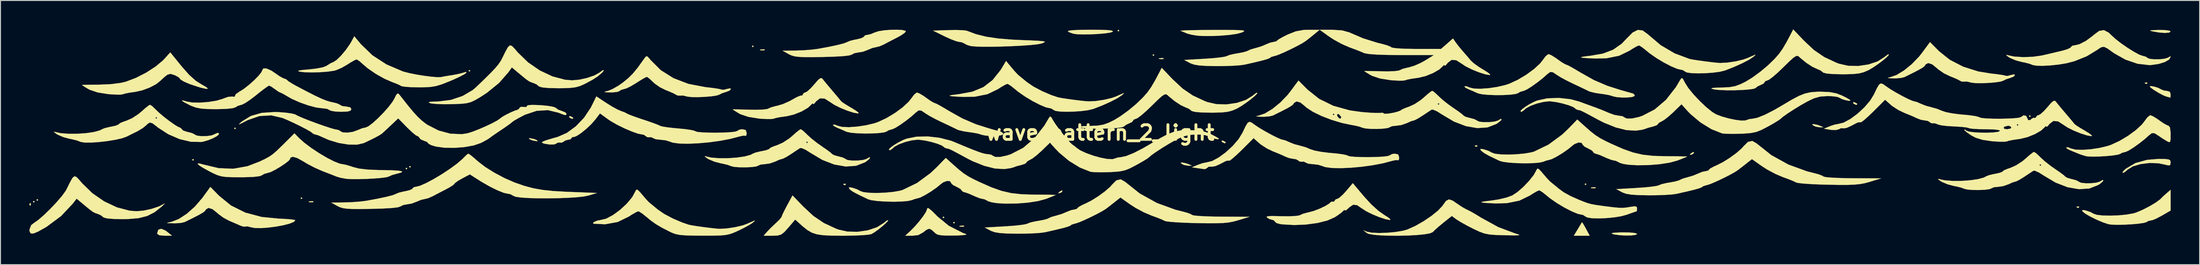
<source format=kicad_pcb>
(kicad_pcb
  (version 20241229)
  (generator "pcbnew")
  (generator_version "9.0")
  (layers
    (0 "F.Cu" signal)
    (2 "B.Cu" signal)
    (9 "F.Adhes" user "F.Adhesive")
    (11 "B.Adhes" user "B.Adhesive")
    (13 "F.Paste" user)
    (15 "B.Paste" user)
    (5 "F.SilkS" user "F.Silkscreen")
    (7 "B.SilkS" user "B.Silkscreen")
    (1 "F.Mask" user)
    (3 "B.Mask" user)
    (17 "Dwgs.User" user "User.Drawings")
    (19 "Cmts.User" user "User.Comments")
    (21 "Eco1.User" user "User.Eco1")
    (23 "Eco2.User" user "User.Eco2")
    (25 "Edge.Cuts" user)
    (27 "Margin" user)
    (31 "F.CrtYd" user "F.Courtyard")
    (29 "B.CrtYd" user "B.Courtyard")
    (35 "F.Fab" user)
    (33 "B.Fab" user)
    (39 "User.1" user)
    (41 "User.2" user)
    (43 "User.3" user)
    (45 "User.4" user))
  (footprint "wave_pattern_2_light"
    (layer "F.Cu")
    (at 111.039 10.745)
    (property "Reference" "wave_pattern_2_light" (at 0 0 0) (layer "F.SilkS") (effects (font (size 1.524 1.524) (thickness 0.3))))
    (attr through_hole)
    (fp_poly (pts (xy -110.49 7.166) (xy -110.581 7.257) (xy -110.671 7.166) (xy -110.581 7.076) (xy -110.49 7.166)) (stroke (width 0.01) (type solid)) (fill yes) (layer "F.SilkS"))
    (fp_poly (pts (xy -110.127 6.985) (xy -110.218 7.076) (xy -110.309 6.985) (xy -110.218 6.894) (xy -110.127 6.985)) (stroke (width 0.01) (type solid)) (fill yes) (layer "F.SilkS"))
    (fp_poly (pts (xy -93.98 2.812) (xy -94.071 2.903) (xy -94.161 2.812) (xy -94.071 2.721) (xy -93.98 2.812)) (stroke (width 0.01) (type solid)) (fill yes) (layer "F.SilkS"))
    (fp_poly (pts (xy -89.626 -0.454) (xy -89.716 -0.363) (xy -89.807 -0.454) (xy -89.716 -0.544) (xy -89.626 -0.454)) (stroke (width 0.01) (type solid)) (fill yes) (layer "F.SilkS"))
    (fp_poly (pts (xy -82.731 6.804) (xy -82.822 6.894) (xy -82.913 6.804) (xy -82.822 6.713) (xy -82.731 6.804)) (stroke (width 0.01) (type solid)) (fill yes) (layer "F.SilkS"))
    (fp_poly (pts (xy -71.846 3.719) (xy -71.936 3.81) (xy -72.027 3.719) (xy -71.936 3.629) (xy -71.846 3.719)) (stroke (width 0.01) (type solid)) (fill yes) (layer "F.SilkS"))
    (fp_poly (pts (xy -71.483 3.538) (xy -71.574 3.629) (xy -71.664 3.538) (xy -71.574 3.447) (xy -71.483 3.538)) (stroke (width 0.01) (type solid)) (fill yes) (layer "F.SilkS"))
    (fp_poly (pts (xy -65.314 -6.441) (xy -65.405 -6.35) (xy -65.496 -6.441) (xy -65.405 -6.531) (xy -65.314 -6.441)) (stroke (width 0.01) (type solid)) (fill yes) (layer "F.SilkS"))
    (fp_poly (pts (xy -35.923 -8.981) (xy -36.014 -8.89) (xy -36.104 -8.981) (xy -36.014 -9.071) (xy -35.923 -8.981)) (stroke (width 0.01) (type solid)) (fill yes) (layer "F.SilkS"))
    (fp_poly (pts (xy -16.147 8.799) (xy -16.238 8.89) (xy -16.329 8.799) (xy -16.238 8.709) (xy -16.147 8.799)) (stroke (width 0.01) (type solid)) (fill yes) (layer "F.SilkS"))
    (fp_poly (pts (xy -15.059 9.344) (xy -15.149 9.434) (xy -15.24 9.344) (xy -15.149 9.253) (xy -15.059 9.344)) (stroke (width 0.01) (type solid)) (fill yes) (layer "F.SilkS"))
    (fp_poly (pts (xy 1.996 -10.614) (xy 1.905 -10.523) (xy 1.814 -10.614) (xy 1.905 -10.704) (xy 1.996 -10.614)) (stroke (width 0.01) (type solid)) (fill yes) (layer "F.SilkS"))
    (fp_poly (pts (xy 5.624 -8.074) (xy 5.534 -7.983) (xy 5.443 -8.074) (xy 5.534 -8.164) (xy 5.624 -8.074)) (stroke (width 0.01) (type solid)) (fill yes) (layer "F.SilkS"))
    (fp_poly (pts (xy 50.437 5.352) (xy 50.346 5.443) (xy 50.256 5.352) (xy 50.346 5.261) (xy 50.437 5.352)) (stroke (width 0.01) (type solid)) (fill yes) (layer "F.SilkS"))
    (fp_poly (pts (xy 96.52 -1.724) (xy 96.429 -1.633) (xy 96.339 -1.724) (xy 96.429 -1.814) (xy 96.52 -1.724)) (stroke (width 0.01) (type solid)) (fill yes) (layer "F.SilkS"))
    (fp_poly (pts (xy -110.913 7.318) (xy -110.892 7.533) (xy -110.913 7.56) (xy -111.021 7.535) (xy -111.034 7.439) (xy -110.968 7.289) (xy -110.913 7.318)) (stroke (width 0.01) (type solid)) (fill yes) (layer "F.SilkS"))
    (fp_poly (pts (xy -81.597 7.137) (xy -81.575 7.203) (xy -81.824 7.228) (xy -82.082 7.2) (xy -82.051 7.137) (xy -81.68 7.113) (xy -81.597 7.137)) (stroke (width 0.01) (type solid)) (fill yes) (layer "F.SilkS"))
    (fp_poly (pts (xy -34.789 -8.647) (xy -34.766 -8.581) (xy -35.016 -8.556) (xy -35.273 -8.584) (xy -35.242 -8.647) (xy -34.871 -8.671) (xy -34.789 -8.647)) (stroke (width 0.01) (type solid)) (fill yes) (layer "F.SilkS"))
    (fp_poly (pts (xy -26.368 5.322) (xy -26.393 5.43) (xy -26.489 5.443) (xy -26.638 5.376) (xy -26.61 5.322) (xy -26.394 5.3) (xy -26.368 5.322)) (stroke (width 0.01) (type solid)) (fill yes) (layer "F.SilkS"))
    (fp_poly (pts (xy -14.106 9.677) (xy -14.083 9.743) (xy -14.333 9.768) (xy -14.59 9.74) (xy -14.56 9.677) (xy -14.188 9.653) (xy -14.106 9.677)) (stroke (width 0.01) (type solid)) (fill yes) (layer "F.SilkS"))
    (fp_poly (pts (xy 6.577 -7.74) (xy 6.6 -7.674) (xy 6.35 -7.649) (xy 6.092 -7.677) (xy 6.123 -7.74) (xy 6.495 -7.764) (xy 6.577 -7.74)) (stroke (width 0.01) (type solid)) (fill yes) (layer "F.SilkS"))
    (fp_poly (pts (xy 39.128 1.33) (xy 39.103 1.438) (xy 39.007 1.451) (xy 38.858 1.385) (xy 38.886 1.33) (xy 39.102 1.309) (xy 39.128 1.33)) (stroke (width 0.01) (type solid)) (fill yes) (layer "F.SilkS"))
    (fp_poly (pts (xy 51.39 5.686) (xy 51.412 5.752) (xy 51.163 5.777) (xy 50.905 5.749) (xy 50.936 5.686) (xy 51.308 5.662) (xy 51.39 5.686)) (stroke (width 0.01) (type solid)) (fill yes) (layer "F.SilkS"))
    (fp_poly (pts (xy 101.54 7.68) (xy 101.515 7.788) (xy 101.419 7.801) (xy 101.269 7.735) (xy 101.298 7.68) (xy 101.513 7.659) (xy 101.54 7.68)) (stroke (width 0.01) (type solid)) (fill yes) (layer "F.SilkS"))
    (fp_poly (pts (xy 108.615 -5.201) (xy 108.59 -5.093) (xy 108.494 -5.08) (xy 108.345 -5.146) (xy 108.373 -5.201) (xy 108.589 -5.223) (xy 108.615 -5.201)) (stroke (width 0.01) (type solid)) (fill yes) (layer "F.SilkS"))
    (fp_poly (pts (xy -54.892 -1.702) (xy -54.636 -1.556) (xy -54.679 -1.461) (xy -54.781 -1.451) (xy -55.027 -1.583) (xy -55.062 -1.631) (xy -55.033 -1.734) (xy -54.892 -1.702)) (stroke (width 0.01) (type solid)) (fill yes) (layer "F.SilkS"))
    (fp_poly (pts (xy -3.896 6.022) (xy -3.95 6.157) (xy -4.12 6.248) (xy -4.332 6.303) (xy -4.245 6.17) (xy -4.221 6.146) (xy -3.983 6.003) (xy -3.896 6.022)) (stroke (width 0.01) (type solid)) (fill yes) (layer "F.SilkS"))
    (fp_poly (pts (xy 12.781 0.838) (xy 13.037 0.984) (xy 12.994 1.079) (xy 12.892 1.089) (xy 12.646 0.957) (xy 12.611 0.909) (xy 12.64 0.806) (xy 12.781 0.838)) (stroke (width 0.01) (type solid)) (fill yes) (layer "F.SilkS"))
    (fp_poly (pts (xy 61.6 2.031) (xy 61.545 2.166) (xy 61.376 2.256) (xy 61.164 2.311) (xy 61.251 2.179) (xy 61.274 2.155) (xy 61.512 2.011) (xy 61.6 2.031)) (stroke (width 0.01) (type solid)) (fill yes) (layer "F.SilkS"))
    (fp_poly (pts (xy 78.277 -3.154) (xy 78.532 -3.007) (xy 78.49 -2.912) (xy 78.388 -2.903) (xy 78.142 -3.035) (xy 78.106 -3.082) (xy 78.135 -3.185) (xy 78.277 -3.154)) (stroke (width 0.01) (type solid)) (fill yes) (layer "F.SilkS"))
    (fp_poly (pts (xy -58.757 0.639) (xy -58.511 0.726) (xy -58.313 0.846) (xy -58.42 0.882) (xy -58.808 0.812) (xy -59.055 0.726) (xy -59.253 0.606) (xy -59.146 0.57) (xy -58.757 0.639)) (stroke (width 0.01) (type solid)) (fill yes) (layer "F.SilkS"))
    (fp_poly (pts (xy -96.924 10.169) (xy -96.792 10.266) (xy -96.248 10.702) (xy -97.019 10.703) (xy -97.56 10.657) (xy -97.781 10.509) (xy -97.79 10.454) (xy -97.675 10.081) (xy -97.367 9.982) (xy -96.924 10.169)) (stroke (width 0.01) (type solid)) (fill yes) (layer "F.SilkS"))
    (fp_poly (pts (xy 8.527 3.1) (xy 8.916 3.178) (xy 9.162 3.266) (xy 9.525 3.422) (xy 9.162 3.432) (xy 8.717 3.354) (xy 8.527 3.266) (xy 8.347 3.126) (xy 8.481 3.098) (xy 8.527 3.1)) (stroke (width 0.01) (type solid)) (fill yes) (layer "F.SilkS"))
    (fp_poly (pts (xy 50.074 9.417) (xy 50.276 9.762) (xy 50.396 9.981) (xy 50.782 10.704) (xy 49.138 10.704) (xy 49.547 10.024) (xy 49.801 9.602) (xy 49.96 9.338) (xy 49.983 9.3) (xy 50.074 9.417)) (stroke (width 0.01) (type solid)) (fill yes) (layer "F.SilkS"))
    (fp_poly (pts (xy 74.023 -0.892) (xy 74.412 -0.814) (xy 74.658 -0.726) (xy 75.021 -0.57) (xy 74.658 -0.56) (xy 74.212 -0.638) (xy 74.023 -0.726) (xy 73.842 -0.866) (xy 73.977 -0.893) (xy 74.023 -0.892)) (stroke (width 0.01) (type solid)) (fill yes) (layer "F.SilkS"))
    (fp_poly (pts (xy 110.459 -10.668) (xy 110.892 -10.609) (xy 111.034 -10.523) (xy 110.871 -10.405) (xy 110.436 -10.371) (xy 109.808 -10.422) (xy 109.22 -10.523) (xy 108.944 -10.593) (xy 108.946 -10.638) (xy 109.255 -10.665) (xy 109.81 -10.68) (xy 110.459 -10.668)) (stroke (width 0.01) (type solid)) (fill yes) (layer "F.SilkS"))
    (fp_poly (pts (xy 54.948 10.371) (xy 55.466 10.422) (xy 55.693 10.506) (xy 55.699 10.523) (xy 55.536 10.617) (xy 55.119 10.67) (xy 54.554 10.682) (xy 53.947 10.653) (xy 53.404 10.583) (xy 53.159 10.523) (xy 53.051 10.447) (xy 53.283 10.395) (xy 53.864 10.366) (xy 54.202 10.36) (xy 54.948 10.371)) (stroke (width 0.01) (type solid)) (fill yes) (layer "F.SilkS"))
    (fp_poly (pts (xy 109.338 -4.79) (xy 109.72 -4.672) (xy 110.003 -4.532) (xy 110.027 -4.512) (xy 110.334 -4.386) (xy 110.617 -4.354) (xy 110.954 -4.253) (xy 111.034 -3.991) (xy 111.015 -3.706) (xy 110.989 -3.65) (xy 110.799 -3.706) (xy 110.591 -3.76) (xy 110.255 -3.897) (xy 109.802 -4.138) (xy 109.345 -4.416) (xy 108.993 -4.665) (xy 108.857 -4.814) (xy 109.002 -4.85) (xy 109.338 -4.79)) (stroke (width 0.01) (type solid)) (fill yes) (layer "F.SilkS"))
    (fp_poly (pts (xy 0.046 -10.696) (xy 0.761 -10.671) (xy 1.181 -10.625) (xy 1.338 -10.555) (xy 1.318 -10.498) (xy 1.058 -10.407) (xy 0.53 -10.329) (xy -0.17 -10.267) (xy -0.946 -10.227) (xy -1.703 -10.215) (xy -2.345 -10.235) (xy -2.721 -10.28) (xy -3.136 -10.413) (xy -3.347 -10.538) (xy -3.248 -10.605) (xy -2.822 -10.656) (xy -2.106 -10.69) (xy -1.135 -10.704) (xy -0.998 -10.704) (xy 0.046 -10.696)) (stroke (width 0.01) (type solid)) (fill yes) (layer "F.SilkS"))
    (fp_poly (pts (xy 110.452 2.731) (xy 110.824 2.775) (xy 110.992 2.88) (xy 111.034 3.068) (xy 111.034 3.105) (xy 110.976 3.376) (xy 110.733 3.386) (xy 110.626 3.353) (xy 109.768 3.173) (xy 108.83 3.145) (xy 107.914 3.257) (xy 107.122 3.493) (xy 106.558 3.84) (xy 106.479 3.924) (xy 106.196 4.14) (xy 106.068 4.172) (xy 106.06 4.074) (xy 106.286 3.831) (xy 106.408 3.726) (xy 107.384 3.153) (xy 108.602 2.815) (xy 109.797 2.721) (xy 110.452 2.731)) (stroke (width 0.01) (type solid)) (fill yes) (layer "F.SilkS"))
    (fp_poly (pts (xy 13.826 -10.678) (xy 14.437 -10.664) (xy 14.799 -10.636) (xy 14.948 -10.592) (xy 14.923 -10.529) (xy 14.76 -10.443) (xy 14.703 -10.418) (xy 14.207 -10.283) (xy 13.454 -10.172) (xy 12.546 -10.092) (xy 11.588 -10.049) (xy 10.684 -10.053) (xy 10.069 -10.093) (xy 9.503 -10.184) (xy 9.04 -10.309) (xy 8.981 -10.333) (xy 8.554 -10.51) (xy 8.346 -10.586) (xy 8.433 -10.613) (xy 8.835 -10.638) (xy 9.501 -10.659) (xy 10.383 -10.674) (xy 11.432 -10.682) (xy 11.702 -10.683) (xy 12.927 -10.684) (xy 13.826 -10.678)) (stroke (width 0.01) (type solid)) (fill yes) (layer "F.SilkS"))
    (fp_poly (pts (xy -17.756 7.866) (xy -17.441 8.122) (xy -16.935 8.627) (xy -16.853 8.712) (xy -15.684 9.674) (xy -14.239 10.409) (xy -13.879 10.542) (xy -13.886 10.597) (xy -14.196 10.644) (xy -14.753 10.677) (xy -15.196 10.686) (xy -16.01 10.686) (xy -16.543 10.653) (xy -16.878 10.575) (xy -17.097 10.436) (xy -17.187 10.341) (xy -17.503 10.067) (xy -17.73 9.979) (xy -18.02 10.097) (xy -18.324 10.341) (xy -18.846 10.634) (xy -19.446 10.704) (xy -20.204 10.704) (xy -19.664 10.205) (xy -19.209 9.742) (xy -18.744 9.202) (xy -18.337 8.671) (xy -18.054 8.237) (xy -17.961 8.002) (xy -17.916 7.834) (xy -17.756 7.866)) (stroke (width 0.01) (type solid)) (fill yes) (layer "F.SilkS"))
    (fp_poly (pts (xy -14.308 -10.658) (xy -13.887 -10.616) (xy -13.803 -10.592) (xy -12.868 -10.242) (xy -11.815 -9.981) (xy -10.573 -9.795) (xy -9.075 -9.674) (xy -8.255 -9.636) (xy -7.18 -9.593) (xy -6.429 -9.556) (xy -5.963 -9.518) (xy -5.746 -9.474) (xy -5.737 -9.416) (xy -5.899 -9.338) (xy -6.078 -9.273) (xy -6.488 -9.192) (xy -7.182 -9.117) (xy -8.083 -9.051) (xy -9.111 -8.998) (xy -10.188 -8.96) (xy -11.235 -8.939) (xy -12.175 -8.938) (xy -12.929 -8.961) (xy -13.417 -9.011) (xy -13.426 -9.012) (xy -13.841 -9.143) (xy -14.052 -9.268) (xy -14.366 -9.409) (xy -14.582 -9.434) (xy -14.916 -9.512) (xy -15.457 -9.716) (xy -16.092 -10.004) (xy -16.133 -10.024) (xy -17.326 -10.614) (xy -15.708 -10.666) (xy -14.949 -10.677) (xy -14.308 -10.658)) (stroke (width 0.01) (type solid)) (fill yes) (layer "F.SilkS"))
    (fp_poly (pts (xy 111.034 8.088) (xy 110.105 8.625) (xy 109.578 8.905) (xy 109.168 9.079) (xy 108.998 9.11) (xy 108.721 9.169) (xy 108.562 9.272) (xy 108.281 9.365) (xy 107.736 9.447) (xy 107.027 9.513) (xy 106.254 9.555) (xy 105.515 9.57) (xy 104.91 9.55) (xy 104.594 9.506) (xy 104.032 9.322) (xy 103.368 9.042) (xy 102.717 8.721) (xy 102.191 8.416) (xy 101.918 8.198) (xy 101.842 8.047) (xy 102.031 8.04) (xy 102.249 8.087) (xy 102.722 8.246) (xy 103.034 8.416) (xy 103.384 8.537) (xy 103.996 8.604) (xy 104.774 8.62) (xy 105.62 8.588) (xy 106.44 8.511) (xy 107.136 8.39) (xy 107.451 8.299) (xy 108.127 8.013) (xy 108.845 7.643) (xy 109.492 7.256) (xy 109.952 6.916) (xy 110.039 6.829) (xy 110.311 6.561) (xy 110.629 6.277) (xy 111.034 5.931) (xy 111.034 8.088)) (stroke (width 0.01) (type solid)) (fill yes) (layer "F.SilkS"))
    (fp_poly (pts (xy -30.779 7.675) (xy -29.73 8.65) (xy -28.652 9.381) (xy -27.396 9.967) (xy -27.145 10.062) (xy -26.197 10.277) (xy -25.141 10.297) (xy -24.085 10.142) (xy -23.139 9.827) (xy -22.413 9.37) (xy -22.348 9.309) (xy -22.087 9.111) (xy -21.985 9.079) (xy -22.01 9.181) (xy -22.248 9.429) (xy -22.62 9.756) (xy -23.046 10.096) (xy -23.446 10.38) (xy -23.734 10.541) (xy -24.063 10.6) (xy -24.676 10.65) (xy -25.493 10.686) (xy -26.436 10.703) (xy -26.73 10.704) (xy -27.874 10.694) (xy -28.732 10.651) (xy -29.379 10.554) (xy -29.894 10.383) (xy -30.351 10.117) (xy -30.827 9.736) (xy -31.038 9.548) (xy -31.615 9.027) (xy -32.332 9.866) (xy -32.754 10.334) (xy -33.084 10.585) (xy -33.452 10.686) (xy -33.969 10.704) (xy -34.891 10.704) (xy -34.545 10.308) (xy -34.182 9.926) (xy -33.718 9.481) (xy -33.61 9.382) (xy -33.25 9.031) (xy -33.041 8.775) (xy -33.02 8.722) (xy -32.94 8.506) (xy -32.729 8.071) (xy -32.457 7.553) (xy -31.895 6.514) (xy -30.779 7.675)) (stroke (width 0.01) (type solid)) (fill yes) (layer "F.SilkS"))
    (fp_poly (pts (xy -91.367 6.554) (xy -90.126 7.566) (xy -88.656 8.299) (xy -86.955 8.753) (xy -85.203 8.926) (xy -84.458 8.961) (xy -83.871 9.009) (xy -83.522 9.063) (xy -83.459 9.096) (xy -83.624 9.273) (xy -84.07 9.451) (xy -84.716 9.617) (xy -85.48 9.757) (xy -86.281 9.86) (xy -87.037 9.913) (xy -87.666 9.903) (xy -88.084 9.818) (xy -88.439 9.728) (xy -88.6 9.751) (xy -88.867 9.752) (xy -89.144 9.659) (xy -89.556 9.476) (xy -90.114 9.237) (xy -90.301 9.159) (xy -90.911 8.833) (xy -91.465 8.426) (xy -91.571 8.325) (xy -92.056 7.938) (xy -92.463 7.814) (xy -92.731 7.967) (xy -92.762 8.028) (xy -92.848 8.15) (xy -93.05 8.303) (xy -93.419 8.517) (xy -94.009 8.823) (xy -94.872 9.251) (xy -94.93 9.28) (xy -95.296 9.369) (xy -95.852 9.413) (xy -96.109 9.413) (xy -96.614 9.398) (xy -96.779 9.375) (xy -96.626 9.327) (xy -96.316 9.264) (xy -95.561 8.978) (xy -94.724 8.431) (xy -93.884 7.685) (xy -93.124 6.802) (xy -93.066 6.724) (xy -92.27 5.631) (xy -91.367 6.554)) (stroke (width 0.01) (type solid)) (fill yes) (layer "F.SilkS"))
    (fp_poly (pts (xy -95.274 -6.926) (xy -94.485 -6.027) (xy -93.783 -5.397) (xy -93.188 -5.021) (xy -92.69 -4.739) (xy -92.528 -4.583) (xy -92.694 -4.557) (xy -93.183 -4.664) (xy -93.617 -4.79) (xy -94.416 -5.061) (xy -95.02 -5.319) (xy -95.37 -5.534) (xy -95.431 -5.631) (xy -95.581 -5.782) (xy -95.944 -5.974) (xy -95.98 -5.989) (xy -96.405 -6.119) (xy -96.714 -6.039) (xy -96.933 -5.875) (xy -97.255 -5.592) (xy -97.427 -5.425) (xy -97.878 -5.058) (xy -98.556 -4.7) (xy -99.33 -4.41) (xy -100.068 -4.245) (xy -100.096 -4.241) (xy -100.697 -4.158) (xy -101.154 -4.064) (xy -101.328 -4.003) (xy -101.585 -3.961) (xy -102.1 -3.963) (xy -102.768 -4.005) (xy -102.886 -4.016) (xy -103.962 -4.188) (xy -104.775 -4.461) (xy -104.927 -4.542) (xy -105.334 -4.788) (xy -105.568 -4.941) (xy -105.591 -4.962) (xy -105.423 -4.974) (xy -104.969 -4.985) (xy -104.309 -4.992) (xy -103.823 -4.995) (xy -102.591 -5.047) (xy -101.535 -5.185) (xy -101.035 -5.304) (xy -100 -5.696) (xy -98.932 -6.244) (xy -97.954 -6.876) (xy -97.185 -7.52) (xy -97.064 -7.647) (xy -96.429 -8.351) (xy -95.274 -6.926)) (stroke (width 0.01) (type solid)) (fill yes) (layer "F.SilkS"))
    (fp_poly (pts (xy -20.539 -10.677) (xy -20.202 -10.602) (xy -20.139 -10.532) (xy -20.287 -10.36) (xy -20.668 -10.103) (xy -21 -9.919) (xy -21.617 -9.6) (xy -22.196 -9.297) (xy -22.406 -9.185) (xy -22.868 -8.981) (xy -23.237 -8.891) (xy -23.247 -8.891) (xy -23.614 -8.809) (xy -24.064 -8.619) (xy -24.588 -8.421) (xy -25.046 -8.347) (xy -25.483 -8.267) (xy -25.721 -8.133) (xy -26.008 -8.036) (xy -26.649 -7.959) (xy -27.634 -7.903) (xy -28.796 -7.871) (xy -29.903 -7.856) (xy -30.712 -7.86) (xy -31.29 -7.887) (xy -31.703 -7.945) (xy -32.015 -8.039) (xy -32.294 -8.173) (xy -32.294 -8.174) (xy -32.929 -8.527) (xy -31.569 -8.54) (xy -30.741 -8.569) (xy -29.912 -8.633) (xy -29.301 -8.711) (xy -28.153 -8.922) (xy -27.23 -9.117) (xy -26.576 -9.285) (xy -26.233 -9.418) (xy -26.216 -9.43) (xy -25.935 -9.548) (xy -25.449 -9.668) (xy -25.264 -9.702) (xy -24.794 -9.814) (xy -24.521 -9.946) (xy -24.493 -9.995) (xy -24.343 -10.135) (xy -24.175 -10.161) (xy -23.793 -10.243) (xy -23.338 -10.433) (xy -22.951 -10.555) (xy -22.381 -10.643) (xy -21.724 -10.695) (xy -21.078 -10.707) (xy -20.539 -10.677)) (stroke (width 0.01) (type solid)) (fill yes) (layer "F.SilkS"))
    (fp_poly (pts (xy -106.169 4.591) (xy -105.89 4.876) (xy -105.568 5.255) (xy -104.506 6.29) (xy -103.278 7.138) (xy -101.967 7.755) (xy -100.655 8.101) (xy -99.928 8.16) (xy -99.189 8.093) (xy -98.365 7.913) (xy -97.605 7.661) (xy -97.057 7.376) (xy -97.054 7.374) (xy -96.996 7.351) (xy -97.169 7.531) (xy -97.326 7.68) (xy -98.053 8.259) (xy -98.815 8.648) (xy -99.706 8.876) (xy -100.816 8.972) (xy -101.38 8.981) (xy -102.32 8.961) (xy -102.985 8.903) (xy -103.336 8.812) (xy -103.376 8.778) (xy -103.637 8.571) (xy -103.945 8.439) (xy -104.202 8.352) (xy -104.419 8.245) (xy -104.685 8.059) (xy -105.084 7.736) (xy -105.458 7.424) (xy -106.141 6.852) (xy -106.543 7.372) (xy -107.752 8.658) (xy -109.235 9.758) (xy -109.395 9.855) (xy -110.129 10.268) (xy -110.614 10.471) (xy -110.896 10.47) (xy -111.019 10.271) (xy -111.034 10.075) (xy -110.867 9.612) (xy -110.586 9.392) (xy -110.13 9.075) (xy -109.531 8.553) (xy -108.867 7.908) (xy -108.217 7.219) (xy -107.661 6.57) (xy -107.277 6.042) (xy -107.2 5.904) (xy -106.833 5.159) (xy -106.58 4.708) (xy -106.379 4.527) (xy -106.169 4.591)) (stroke (width 0.01) (type solid)) (fill yes) (layer "F.SilkS"))
    (fp_poly (pts (xy 22.769 -10.693) (xy 22.225 -10.245) (xy 21.762 -9.87) (xy 21.354 -9.55) (xy 21.318 -9.523) (xy 20.944 -9.286) (xy 20.38 -8.981) (xy 19.724 -8.653) (xy 19.071 -8.347) (xy 18.517 -8.111) (xy 18.158 -7.99) (xy 18.104 -7.983) (xy 17.752 -7.874) (xy 17.68 -7.821) (xy 17.545 -7.734) (xy 17.283 -7.637) (xy 16.842 -7.513) (xy 16.165 -7.347) (xy 15.199 -7.125) (xy 14.968 -7.073) (xy 14.495 -7.009) (xy 13.764 -6.96) (xy 12.88 -6.93) (xy 12.065 -6.924) (xy 11.035 -6.944) (xy 10.295 -6.992) (xy 9.77 -7.079) (xy 9.388 -7.211) (xy 9.307 -7.252) (xy 8.726 -7.566) (xy 10.833 -7.686) (xy 11.683 -7.746) (xy 12.405 -7.82) (xy 12.919 -7.897) (xy 13.138 -7.962) (xy 13.423 -8.078) (xy 13.927 -8.196) (xy 14.242 -8.249) (xy 14.802 -8.352) (xy 15.216 -8.467) (xy 15.331 -8.523) (xy 15.623 -8.658) (xy 16.085 -8.789) (xy 16.114 -8.795) (xy 16.704 -8.969) (xy 17.203 -9.178) (xy 17.655 -9.364) (xy 17.992 -9.433) (xy 18.287 -9.504) (xy 18.355 -9.57) (xy 18.538 -9.713) (xy 18.958 -9.952) (xy 19.462 -10.205) (xy 20.306 -10.54) (xy 21.113 -10.683) (xy 21.639 -10.699) (xy 22.769 -10.693)) (stroke (width 0.01) (type solid)) (fill yes) (layer "F.SilkS"))
    (fp_poly (pts (xy 87.019 -8.468) (xy 88.138 -7.575) (xy 89.512 -6.865) (xy 91.067 -6.371) (xy 92.37 -6.156) (xy 93.062 -6.077) (xy 93.602 -5.998) (xy 93.9 -5.933) (xy 93.928 -5.918) (xy 94.144 -5.908) (xy 94.452 -5.994) (xy 94.796 -6.068) (xy 94.887 -5.986) (xy 94.732 -5.824) (xy 94.388 -5.693) (xy 93.946 -5.55) (xy 93.684 -5.414) (xy 93.385 -5.314) (xy 92.834 -5.233) (xy 92.143 -5.176) (xy 91.423 -5.15) (xy 90.786 -5.16) (xy 90.342 -5.211) (xy 90.261 -5.237) (xy 89.866 -5.328) (xy 89.669 -5.307) (xy 89.333 -5.327) (xy 89.215 -5.391) (xy 88.919 -5.553) (xy 88.424 -5.767) (xy 88.154 -5.871) (xy 87.521 -6.178) (xy 86.944 -6.576) (xy 86.793 -6.713) (xy 86.299 -7.112) (xy 85.888 -7.245) (xy 85.617 -7.098) (xy 85.583 -7.03) (xy 85.496 -6.908) (xy 85.294 -6.756) (xy 84.925 -6.541) (xy 84.335 -6.235) (xy 83.472 -5.807) (xy 83.414 -5.779) (xy 83.048 -5.691) (xy 82.492 -5.65) (xy 82.235 -5.651) (xy 81.788 -5.676) (xy 81.694 -5.713) (xy 81.908 -5.758) (xy 82.588 -5.99) (xy 83.375 -6.466) (xy 84.184 -7.124) (xy 84.931 -7.898) (xy 85.224 -8.267) (xy 86.076 -9.418) (xy 87.019 -8.468)) (stroke (width 0.01) (type solid)) (fill yes) (layer "F.SilkS"))
    (fp_poly (pts (xy 109.198 -1.712) (xy 109.624 -1.45) (xy 109.868 -1.275) (xy 110.329 -0.958) (xy 110.695 -0.762) (xy 110.808 -0.731) (xy 110.963 -0.551) (xy 111.031 -0.022) (xy 111.034 0.183) (xy 111.025 0.714) (xy 110.971 0.953) (xy 110.83 0.967) (xy 110.627 0.863) (xy 110.161 0.575) (xy 109.786 0.318) (xy 109.374 0.058) (xy 109.095 0.036) (xy 108.825 0.236) (xy 108.349 0.661) (xy 107.779 1.111) (xy 107.202 1.524) (xy 106.706 1.837) (xy 106.379 1.99) (xy 106.337 1.996) (xy 105.958 2.098) (xy 105.839 2.184) (xy 105.581 2.275) (xy 105.063 2.358) (xy 104.387 2.425) (xy 103.655 2.469) (xy 102.969 2.484) (xy 102.433 2.462) (xy 102.235 2.431) (xy 101.748 2.281) (xy 101.509 2.19) (xy 101.069 2.011) (xy 100.624 1.83) (xy 100.292 1.658) (xy 100.196 1.526) (xy 100.2 1.521) (xy 100.414 1.521) (xy 100.709 1.642) (xy 101.176 1.758) (xy 101.89 1.78) (xy 102.747 1.719) (xy 103.645 1.583) (xy 104.484 1.382) (xy 104.855 1.257) (xy 105.728 0.854) (xy 106.617 0.321) (xy 107.426 -0.272) (xy 108.056 -0.855) (xy 108.33 -1.207) (xy 108.623 -1.596) (xy 108.882 -1.804) (xy 108.93 -1.814) (xy 109.198 -1.712)) (stroke (width 0.01) (type solid)) (fill yes) (layer "F.SilkS"))
    (fp_poly (pts (xy 36.563 7.05) (xy 37.022 7.364) (xy 37.518 7.702) (xy 37.971 7.957) (xy 38.059 7.996) (xy 38.424 8.177) (xy 38.967 8.488) (xy 39.506 8.821) (xy 41.299 9.807) (xy 42.999 10.447) (xy 43.344 10.554) (xy 43.488 10.623) (xy 43.396 10.658) (xy 43.031 10.669) (xy 42.358 10.661) (xy 41.905 10.652) (xy 41.013 10.625) (xy 40.368 10.571) (xy 39.854 10.466) (xy 39.354 10.285) (xy 38.753 10.004) (xy 38.73 9.993) (xy 38.044 9.64) (xy 37.424 9.295) (xy 36.996 9.028) (xy 36.974 9.012) (xy 36.483 8.652) (xy 35.613 9.345) (xy 35.106 9.765) (xy 34.694 10.136) (xy 34.509 10.326) (xy 34.229 10.452) (xy 33.66 10.554) (xy 32.877 10.631) (xy 31.954 10.682) (xy 30.966 10.705) (xy 29.986 10.7) (xy 29.089 10.666) (xy 28.348 10.601) (xy 27.838 10.505) (xy 27.668 10.427) (xy 27.305 10.13) (xy 27.668 10.281) (xy 28.162 10.385) (xy 28.897 10.422) (xy 29.76 10.397) (xy 30.636 10.318) (xy 31.412 10.189) (xy 31.862 10.063) (xy 32.673 9.7) (xy 33.535 9.209) (xy 34.357 8.654) (xy 35.046 8.098) (xy 35.509 7.605) (xy 35.564 7.522) (xy 35.884 7.083) (xy 36.185 6.929) (xy 36.563 7.05)) (stroke (width 0.01) (type solid)) (fill yes) (layer "F.SilkS"))
    (fp_poly (pts (xy 56.274 -10.627) (xy 56.785 -10.256) (xy 58.151 -9.096) (xy 59.599 -8.244) (xy 61.141 -7.668) (xy 61.476 -7.601) (xy 62.052 -7.512) (xy 62.749 -7.416) (xy 63.447 -7.33) (xy 64.025 -7.268) (xy 64.316 -7.248) (xy 65.06 -7.287) (xy 65.916 -7.416) (xy 66.708 -7.603) (xy 67.129 -7.751) (xy 67.589 -7.954) (xy 67.912 -8.096) (xy 67.945 -8.111) (xy 67.964 -8.076) (xy 67.764 -7.889) (xy 67.304 -7.587) (xy 66.603 -7.222) (xy 65.767 -6.845) (xy 64.9 -6.504) (xy 64.764 -6.456) (xy 64.246 -6.332) (xy 63.553 -6.242) (xy 62.778 -6.187) (xy 62.012 -6.17) (xy 61.346 -6.194) (xy 60.871 -6.26) (xy 60.688 -6.35) (xy 60.424 -6.52) (xy 60.329 -6.531) (xy 59.879 -6.633) (xy 59.232 -6.904) (xy 58.478 -7.296) (xy 57.709 -7.758) (xy 57.016 -8.242) (xy 56.702 -8.498) (xy 56.285 -8.836) (xy 55.969 -9.042) (xy 55.883 -9.071) (xy 55.65 -8.977) (xy 55.23 -8.734) (xy 54.908 -8.526) (xy 53.83 -8.001) (xy 52.526 -7.739) (xy 51.344 -7.712) (xy 50.5 -7.753) (xy 50.013 -7.795) (xy 49.875 -7.844) (xy 50.081 -7.902) (xy 50.624 -7.974) (xy 50.865 -8) (xy 52.167 -8.227) (xy 53.214 -8.627) (xy 54.089 -9.24) (xy 54.643 -9.816) (xy 55.244 -10.418) (xy 55.773 -10.686) (xy 56.274 -10.627)) (stroke (width 0.01) (type solid)) (fill yes) (layer "F.SilkS"))
    (fp_poly (pts (xy -46.935 -7.922) (xy -46.692 -7.653) (xy -46.62 -7.562) (xy -45.56 -6.502) (xy -44.236 -5.667) (xy -42.684 -5.074) (xy -40.937 -4.74) (xy -40.844 -4.73) (xy -40.145 -4.649) (xy -39.595 -4.566) (xy -39.285 -4.496) (xy -39.252 -4.479) (xy -39.027 -4.459) (xy -38.716 -4.543) (xy -38.373 -4.616) (xy -38.281 -4.535) (xy -38.437 -4.372) (xy -38.78 -4.242) (xy -39.223 -4.099) (xy -39.484 -3.962) (xy -39.784 -3.863) (xy -40.335 -3.782) (xy -41.026 -3.725) (xy -41.746 -3.699) (xy -42.383 -3.708) (xy -42.826 -3.76) (xy -42.908 -3.785) (xy -43.302 -3.876) (xy -43.5 -3.855) (xy -43.836 -3.875) (xy -43.953 -3.94) (xy -44.25 -4.101) (xy -44.744 -4.315) (xy -45.009 -4.417) (xy -45.639 -4.726) (xy -46.212 -5.128) (xy -46.358 -5.265) (xy -46.711 -5.603) (xy -46.965 -5.792) (xy -47.008 -5.806) (xy -47.217 -5.713) (xy -47.632 -5.471) (xy -48.104 -5.171) (xy -48.658 -4.837) (xy -49.128 -4.607) (xy -49.379 -4.536) (xy -49.709 -4.442) (xy -49.802 -4.354) (xy -50.036 -4.25) (xy -50.499 -4.195) (xy -50.765 -4.191) (xy -51.255 -4.207) (xy -51.41 -4.235) (xy -51.257 -4.293) (xy -51.029 -4.35) (xy -50.572 -4.534) (xy -49.979 -4.873) (xy -49.487 -5.215) (xy -48.93 -5.672) (xy -48.439 -6.163) (xy -47.935 -6.779) (xy -47.338 -7.611) (xy -47.27 -7.71) (xy -47.091 -7.932) (xy -46.935 -7.922)) (stroke (width 0.01) (type solid)) (fill yes) (layer "F.SilkS"))
    (fp_poly (pts (xy 27.375 6.623) (xy 28.13 7.446) (xy 28.877 8.123) (xy 29.462 8.536) (xy 29.898 8.812) (xy 30.115 9.005) (xy 30.079 9.07) (xy 29.621 8.989) (xy 28.974 8.776) (xy 28.265 8.485) (xy 27.618 8.165) (xy 27.159 7.869) (xy 27.155 7.865) (xy 26.652 7.524) (xy 26.257 7.48) (xy 25.872 7.731) (xy 25.77 7.836) (xy 25.514 8.062) (xy 25.398 8.07) (xy 25.397 8.062) (xy 25.322 8.02) (xy 25.261 8.092) (xy 25.038 8.299) (xy 24.619 8.604) (xy 24.351 8.778) (xy 23.587 9.118) (xy 22.566 9.376) (xy 21.387 9.538) (xy 20.15 9.592) (xy 18.954 9.527) (xy 18.642 9.486) (xy 18.28 9.378) (xy 18.143 9.241) (xy 17.998 9.085) (xy 17.905 9.071) (xy 17.571 8.971) (xy 17.357 8.845) (xy 17.27 8.741) (xy 17.387 8.68) (xy 17.756 8.657) (xy 18.422 8.665) (xy 18.785 8.676) (xy 19.56 8.684) (xy 20.206 8.658) (xy 20.632 8.604) (xy 20.74 8.564) (xy 21.049 8.423) (xy 21.544 8.289) (xy 21.671 8.264) (xy 22.197 8.12) (xy 22.797 7.886) (xy 23.361 7.616) (xy 23.774 7.36) (xy 23.919 7.211) (xy 24.094 7.152) (xy 24.145 7.176) (xy 24.301 7.146) (xy 24.311 7.086) (xy 24.457 6.913) (xy 24.565 6.894) (xy 24.811 6.764) (xy 25.187 6.428) (xy 25.517 6.069) (xy 26.216 5.243) (xy 27.375 6.623)) (stroke (width 0.01) (type solid)) (fill yes) (layer "F.SilkS"))
    (fp_poly (pts (xy -9.196 -6.792) (xy -8.828 -6.362) (xy -8.532 -6.046) (xy -8.45 -5.971) (xy -8.2 -5.768) (xy -7.795 -5.433) (xy -7.594 -5.266) (xy -6.915 -4.801) (xy -6.019 -4.325) (xy -5.041 -3.907) (xy -4.354 -3.677) (xy -4.019 -3.61) (xy -3.443 -3.521) (xy -2.747 -3.425) (xy -2.049 -3.338) (xy -1.47 -3.277) (xy -1.179 -3.257) (xy -0.436 -3.295) (xy 0.42 -3.424) (xy 1.213 -3.611) (xy 1.633 -3.759) (xy 2.094 -3.963) (xy 2.416 -4.105) (xy 2.449 -4.12) (xy 2.469 -4.085) (xy 2.268 -3.898) (xy 1.808 -3.596) (xy 1.108 -3.231) (xy 0.272 -2.853) (xy -0.596 -2.513) (xy -0.732 -2.465) (xy -1.25 -2.341) (xy -1.942 -2.25) (xy -2.717 -2.196) (xy -3.484 -2.179) (xy -4.15 -2.202) (xy -4.624 -2.268) (xy -4.808 -2.359) (xy -5.071 -2.528) (xy -5.166 -2.54) (xy -5.616 -2.641) (xy -6.264 -2.913) (xy -7.018 -3.304) (xy -7.787 -3.767) (xy -8.479 -4.25) (xy -8.794 -4.507) (xy -9.211 -4.844) (xy -9.527 -5.05) (xy -9.613 -5.08) (xy -9.846 -4.985) (xy -10.266 -4.743) (xy -10.588 -4.534) (xy -11.666 -4.01) (xy -12.97 -3.747) (xy -14.151 -3.721) (xy -14.995 -3.761) (xy -15.483 -3.804) (xy -15.62 -3.852) (xy -15.414 -3.911) (xy -14.872 -3.982) (xy -14.631 -4.009) (xy -13.236 -4.267) (xy -12.096 -4.741) (xy -11.147 -5.471) (xy -10.328 -6.496) (xy -10.105 -6.855) (xy -9.748 -7.461) (xy -9.196 -6.792)) (stroke (width 0.01) (type solid)) (fill yes) (layer "F.SilkS"))
    (fp_poly (pts (xy -60.995 -9.017) (xy -60.716 -8.734) (xy -60.392 -8.352) (xy -59.33 -7.317) (xy -58.103 -6.47) (xy -56.791 -5.852) (xy -55.479 -5.506) (xy -54.752 -5.447) (xy -54.002 -5.514) (xy -53.19 -5.694) (xy -52.452 -5.949) (xy -51.922 -6.239) (xy -51.874 -6.278) (xy -51.57 -6.499) (xy -51.457 -6.502) (xy -51.588 -6.304) (xy -51.678 -6.214) (xy -52.098 -5.858) (xy -52.614 -5.52) (xy -53.335 -5.13) (xy -53.521 -5.036) (xy -53.969 -4.84) (xy -54.433 -4.718) (xy -55.018 -4.652) (xy -55.825 -4.628) (xy -56.204 -4.626) (xy -57.145 -4.646) (xy -57.809 -4.704) (xy -58.161 -4.795) (xy -58.2 -4.829) (xy -58.462 -5.036) (xy -58.769 -5.168) (xy -59.024 -5.254) (xy -59.241 -5.36) (xy -59.503 -5.544) (xy -59.898 -5.863) (xy -60.3 -6.199) (xy -61.001 -6.787) (xy -61.385 -6.251) (xy -62.347 -5.161) (xy -63.603 -4.142) (xy -64.252 -3.719) (xy -64.8 -3.397) (xy -65.239 -3.19) (xy -65.681 -3.07) (xy -66.239 -3.008) (xy -67.024 -2.975) (xy -67.219 -2.969) (xy -68.045 -2.963) (xy -68.777 -2.987) (xy -69.311 -3.037) (xy -69.487 -3.075) (xy -69.636 -3.156) (xy -69.492 -3.21) (xy -69.027 -3.239) (xy -68.64 -3.248) (xy -67.348 -3.405) (xy -66.121 -3.813) (xy -65.069 -4.43) (xy -64.73 -4.718) (xy -63.849 -5.566) (xy -63.194 -6.217) (xy -62.722 -6.716) (xy -62.393 -7.11) (xy -62.164 -7.446) (xy -62.026 -7.699) (xy -61.659 -8.445) (xy -61.405 -8.898) (xy -61.204 -9.08) (xy -60.995 -9.017)) (stroke (width 0.01) (type solid)) (fill yes) (layer "F.SilkS"))
    (fp_poly (pts (xy -47.945 5.94) (xy -47.681 6.209) (xy -47.496 6.43) (xy -47.122 6.867) (xy -46.822 7.19) (xy -46.731 7.273) (xy -46.481 7.476) (xy -46.076 7.811) (xy -45.876 7.978) (xy -45.197 8.444) (xy -44.3 8.919) (xy -43.322 9.337) (xy -42.636 9.568) (xy -42.301 9.634) (xy -41.725 9.724) (xy -41.028 9.82) (xy -40.33 9.906) (xy -39.752 9.968) (xy -39.461 9.988) (xy -38.717 9.949) (xy -37.861 9.82) (xy -37.069 9.633) (xy -36.649 9.485) (xy -36.188 9.282) (xy -35.866 9.139) (xy -35.832 9.125) (xy -35.813 9.159) (xy -36.014 9.346) (xy -36.363 9.577) (xy -36.92 9.884) (xy -37.515 10.176) (xy -37.984 10.385) (xy -38.388 10.53) (xy -38.811 10.623) (xy -39.334 10.674) (xy -40.038 10.695) (xy -41.008 10.699) (xy -41.234 10.699) (xy -42.285 10.691) (xy -43.049 10.666) (xy -43.603 10.616) (xy -44.021 10.531) (xy -44.382 10.402) (xy -44.631 10.284) (xy -45.452 9.86) (xy -46.058 9.503) (xy -46.57 9.139) (xy -47.036 8.754) (xy -47.463 8.412) (xy -47.791 8.199) (xy -47.889 8.164) (xy -48.125 8.259) (xy -48.547 8.502) (xy -48.869 8.71) (xy -50.028 9.277) (xy -51.33 9.513) (xy -52.524 9.455) (xy -52.591 9.378) (xy -52.421 9.25) (xy -52.125 9.129) (xy -51.811 9.074) (xy -51.81 9.074) (xy -51.214 8.93) (xy -50.504 8.55) (xy -49.762 8.005) (xy -49.072 7.362) (xy -48.517 6.691) (xy -48.191 6.09) (xy -48.092 5.911) (xy -47.945 5.94)) (stroke (width 0.01) (type solid)) (fill yes) (layer "F.SilkS"))
    (fp_poly (pts (xy -76.651 -9.194) (xy -75.466 -8.047) (xy -74.011 -7.1) (xy -72.341 -6.386) (xy -72.237 -6.352) (xy -71.646 -6.196) (xy -70.894 -6.045) (xy -70.084 -5.915) (xy -69.317 -5.819) (xy -68.695 -5.771) (xy -68.319 -5.788) (xy -68.308 -5.791) (xy -68.034 -5.847) (xy -67.538 -5.931) (xy -67.219 -5.981) (xy -66.616 -6.091) (xy -66.119 -6.213) (xy -65.965 -6.265) (xy -65.723 -6.322) (xy -65.737 -6.218) (xy -65.949 -6.066) (xy -66.415 -5.822) (xy -67.055 -5.526) (xy -67.418 -5.371) (xy -68.223 -5.049) (xy -68.854 -4.854) (xy -69.462 -4.755) (xy -70.201 -4.72) (xy -70.648 -4.717) (xy -71.401 -4.732) (xy -72.019 -4.772) (xy -72.41 -4.829) (xy -72.49 -4.862) (xy -72.761 -5.008) (xy -73.225 -5.195) (xy -73.382 -5.25) (xy -74.208 -5.609) (xy -75.116 -6.121) (xy -75.95 -6.695) (xy -76.441 -7.114) (xy -76.804 -7.437) (xy -77.071 -7.61) (xy -77.112 -7.62) (xy -77.342 -7.526) (xy -77.758 -7.286) (xy -78.051 -7.097) (xy -78.633 -6.76) (xy -79.209 -6.509) (xy -79.42 -6.448) (xy -80.08 -6.351) (xy -80.911 -6.289) (xy -81.775 -6.268) (xy -82.534 -6.29) (xy -82.984 -6.344) (xy -83.176 -6.409) (xy -83.077 -6.467) (xy -82.664 -6.527) (xy -82.024 -6.584) (xy -81.227 -6.676) (xy -80.6 -6.801) (xy -80.233 -6.942) (xy -80.21 -6.96) (xy -79.785 -7.23) (xy -79.539 -7.33) (xy -79.185 -7.554) (xy -78.725 -8.002) (xy -78.237 -8.583) (xy -77.799 -9.209) (xy -77.635 -9.491) (xy -77.346 -10.025) (xy -76.651 -9.194)) (stroke (width 0.01) (type solid)) (fill yes) (layer "F.SilkS"))
    (fp_poly (pts (xy 45.491 3.763) (xy 45.754 4.032) (xy 45.94 4.253) (xy 46.313 4.69) (xy 46.613 5.012) (xy 46.704 5.096) (xy 46.954 5.299) (xy 47.36 5.634) (xy 47.56 5.801) (xy 48.106 6.199) (xy 48.789 6.577) (xy 49.696 6.981) (xy 50.165 7.169) (xy 50.558 7.313) (xy 50.944 7.418) (xy 51.437 7.509) (xy 52.153 7.61) (xy 52.342 7.635) (xy 53.191 7.742) (xy 53.784 7.798) (xy 54.224 7.808) (xy 54.612 7.773) (xy 55.018 7.703) (xy 55.469 7.644) (xy 55.664 7.713) (xy 55.699 7.868) (xy 55.674 8.125) (xy 55.651 8.164) (xy 55.469 8.221) (xy 55.047 8.369) (xy 54.61 8.527) (xy 54.027 8.683) (xy 53.287 8.8) (xy 52.479 8.875) (xy 51.691 8.905) (xy 51.013 8.884) (xy 50.531 8.81) (xy 50.346 8.709) (xy 50.083 8.539) (xy 49.988 8.527) (xy 49.538 8.426) (xy 48.89 8.154) (xy 48.136 7.763) (xy 47.367 7.301) (xy 46.675 6.817) (xy 46.36 6.561) (xy 45.944 6.223) (xy 45.628 6.017) (xy 45.541 5.987) (xy 45.308 6.082) (xy 44.889 6.324) (xy 44.567 6.533) (xy 43.488 7.057) (xy 42.184 7.32) (xy 41.003 7.347) (xy 40.159 7.306) (xy 39.672 7.263) (xy 39.534 7.215) (xy 39.74 7.157) (xy 40.283 7.085) (xy 40.523 7.058) (xy 41.357 6.929) (xy 42.154 6.737) (xy 42.745 6.522) (xy 43.287 6.168) (xy 43.904 5.628) (xy 44.5 5.002) (xy 44.982 4.389) (xy 45.245 3.913) (xy 45.344 3.734) (xy 45.491 3.763)) (stroke (width 0.01) (type solid)) (fill yes) (layer "F.SilkS"))
    (fp_poly (pts (xy 104.603 -10.407) (xy 104.899 -10.125) (xy 105.33 -9.729) (xy 105.919 -9.275) (xy 106.581 -8.817) (xy 107.228 -8.412) (xy 107.776 -8.116) (xy 108.138 -7.986) (xy 108.166 -7.984) (xy 108.494 -7.888) (xy 108.585 -7.801) (xy 108.832 -7.686) (xy 109.305 -7.63) (xy 109.873 -7.632) (xy 110.403 -7.689) (xy 110.765 -7.8) (xy 110.817 -7.838) (xy 110.998 -7.939) (xy 111.034 -7.877) (xy 110.867 -7.597) (xy 110.421 -7.343) (xy 109.782 -7.147) (xy 109.034 -7.041) (xy 108.799 -7.031) (xy 107.601 -7.17) (xy 106.352 -7.596) (xy 105.162 -8.268) (xy 104.964 -8.411) (xy 104.458 -8.775) (xy 104.122 -8.93) (xy 103.84 -8.89) (xy 103.495 -8.668) (xy 103.396 -8.594) (xy 102.324 -7.945) (xy 101.062 -7.438) (xy 100.239 -7.222) (xy 99.428 -7.088) (xy 98.578 -6.997) (xy 97.783 -6.955) (xy 97.138 -6.966) (xy 96.739 -7.035) (xy 96.701 -7.053) (xy 96.36 -7.183) (xy 95.83 -7.312) (xy 95.628 -7.348) (xy 94.98 -7.519) (xy 94.379 -7.775) (xy 94.267 -7.842) (xy 94 -8.037) (xy 93.999 -8.095) (xy 94.071 -8.074) (xy 94.8 -7.918) (xy 95.739 -7.857) (xy 96.748 -7.893) (xy 97.688 -8.027) (xy 97.79 -8.05) (xy 98.571 -8.234) (xy 99.36 -8.42) (xy 99.831 -8.532) (xy 100.33 -8.682) (xy 100.641 -8.835) (xy 100.693 -8.905) (xy 100.844 -9.044) (xy 101.028 -9.071) (xy 101.578 -9.2) (xy 102.248 -9.545) (xy 102.925 -10.046) (xy 103.06 -10.168) (xy 103.622 -10.582) (xy 104.111 -10.663) (xy 104.603 -10.407)) (stroke (width 0.01) (type solid)) (fill yes) (layer "F.SilkS"))
    (fp_poly (pts (xy -28.838 -5.657) (xy -28.77 -5.583) (xy -28.556 -5.312) (xy -28.186 -4.865) (xy -27.758 -4.357) (xy -27.336 -3.86) (xy -27.011 -3.469) (xy -26.852 -3.27) (xy -26.851 -3.269) (xy -26.657 -3.116) (xy -26.239 -2.849) (xy -25.763 -2.568) (xy -25.299 -2.281) (xy -25.045 -2.076) (xy -25.054 -1.997) (xy -25.542 -2.079) (xy -26.212 -2.293) (xy -26.933 -2.587) (xy -27.575 -2.909) (xy -27.967 -3.17) (xy -28.553 -3.545) (xy -29.034 -3.582) (xy -29.431 -3.281) (xy -29.472 -3.225) (xy -29.674 -2.991) (xy -29.757 -2.999) (xy -29.832 -3.047) (xy -29.893 -2.975) (xy -30.301 -2.591) (xy -30.949 -2.215) (xy -31.718 -1.905) (xy -32.488 -1.716) (xy -32.604 -1.701) (xy -33.205 -1.618) (xy -33.663 -1.524) (xy -33.836 -1.463) (xy -34.094 -1.421) (xy -34.608 -1.423) (xy -35.277 -1.465) (xy -35.395 -1.476) (xy -36.471 -1.648) (xy -37.284 -1.921) (xy -37.436 -2.002) (xy -37.842 -2.248) (xy -38.077 -2.401) (xy -38.1 -2.422) (xy -37.932 -2.428) (xy -37.48 -2.422) (xy -36.822 -2.406) (xy -36.365 -2.391) (xy -35.592 -2.383) (xy -34.946 -2.409) (xy -34.521 -2.463) (xy -34.415 -2.504) (xy -34.106 -2.643) (xy -33.61 -2.777) (xy -33.474 -2.803) (xy -32.882 -2.98) (xy -32.207 -3.28) (xy -31.904 -3.449) (xy -31.42 -3.716) (xy -31.067 -3.858) (xy -30.951 -3.858) (xy -30.851 -3.888) (xy -30.843 -3.961) (xy -30.698 -4.153) (xy -30.593 -4.173) (xy -30.351 -4.304) (xy -29.981 -4.645) (xy -29.654 -5.012) (xy -29.256 -5.471) (xy -29.005 -5.672) (xy -28.838 -5.657)) (stroke (width 0.01) (type solid)) (fill yes) (layer "F.SilkS"))
    (fp_poly (pts (xy 7.506 -5.578) (xy 8.547 -4.602) (xy 9.617 -3.87) (xy 10.867 -3.285) (xy 11.137 -3.182) (xy 12.084 -2.968) (xy 13.141 -2.947) (xy 14.196 -3.102) (xy 15.142 -3.417) (xy 15.868 -3.874) (xy 15.933 -3.935) (xy 16.195 -4.133) (xy 16.296 -4.165) (xy 16.289 -4.066) (xy 16.052 -3.823) (xy 15.654 -3.49) (xy 15.168 -3.125) (xy 14.664 -2.783) (xy 14.214 -2.52) (xy 14.171 -2.498) (xy 13.713 -2.301) (xy 13.241 -2.178) (xy 12.651 -2.112) (xy 11.84 -2.088) (xy 11.469 -2.086) (xy 10.528 -2.106) (xy 9.864 -2.164) (xy 9.512 -2.255) (xy 9.473 -2.289) (xy 9.212 -2.492) (xy 8.89 -2.627) (xy 8.376 -2.867) (xy 7.752 -3.277) (xy 7.156 -3.762) (xy 7.012 -3.9) (xy 6.864 -4) (xy 6.682 -3.978) (xy 6.411 -3.801) (xy 5.999 -3.431) (xy 5.393 -2.835) (xy 5.372 -2.814) (xy 4.784 -2.252) (xy 4.267 -1.802) (xy 3.885 -1.52) (xy 3.728 -1.451) (xy 3.481 -1.362) (xy 3.447 -1.282) (xy 3.296 -1.104) (xy 3.039 -0.986) (xy 2.664 -0.806) (xy 2.504 -0.661) (xy 2.276 -0.572) (xy 1.773 -0.501) (xy 1.085 -0.45) (xy 0.3 -0.423) (xy -0.493 -0.42) (xy -1.206 -0.446) (xy -1.75 -0.502) (xy -1.905 -0.535) (xy -2.103 -0.61) (xy -2.016 -0.66) (xy -1.618 -0.69) (xy -1.056 -0.704) (xy -0.248 -0.74) (xy 0.365 -0.846) (xy 0.949 -1.062) (xy 1.461 -1.315) (xy 2.132 -1.727) (xy 2.912 -2.293) (xy 3.656 -2.907) (xy 3.824 -3.06) (xy 4.428 -3.644) (xy 4.895 -4.169) (xy 5.3 -4.737) (xy 5.716 -5.449) (xy 6.129 -6.232) (xy 6.394 -6.748) (xy 7.506 -5.578)) (stroke (width 0.01) (type solid)) (fill yes) (layer "F.SilkS"))
    (fp_poly (pts (xy 73.002 -9.57) (xy 74.042 -8.594) (xy 75.113 -7.862) (xy 76.363 -7.276) (xy 76.632 -7.174) (xy 77.58 -6.959) (xy 78.636 -6.938) (xy 79.692 -7.094) (xy 80.638 -7.409) (xy 81.364 -7.865) (xy 81.429 -7.927) (xy 81.69 -8.125) (xy 81.792 -8.157) (xy 81.785 -8.058) (xy 81.547 -7.814) (xy 81.15 -7.482) (xy 80.663 -7.117) (xy 80.16 -6.774) (xy 79.71 -6.511) (xy 79.666 -6.49) (xy 79.209 -6.293) (xy 78.737 -6.169) (xy 78.147 -6.103) (xy 77.335 -6.079) (xy 76.964 -6.078) (xy 76.024 -6.098) (xy 75.359 -6.155) (xy 75.008 -6.246) (xy 74.969 -6.28) (xy 74.708 -6.484) (xy 74.386 -6.619) (xy 73.872 -6.859) (xy 73.247 -7.268) (xy 72.651 -7.754) (xy 72.507 -7.891) (xy 72.36 -7.991) (xy 72.177 -7.97) (xy 71.907 -7.792) (xy 71.495 -7.423) (xy 70.888 -6.827) (xy 70.868 -6.806) (xy 70.28 -6.243) (xy 69.762 -5.794) (xy 69.381 -5.512) (xy 69.224 -5.443) (xy 68.977 -5.354) (xy 68.943 -5.274) (xy 68.792 -5.095) (xy 68.535 -4.977) (xy 68.16 -4.798) (xy 68 -4.652) (xy 67.771 -4.563) (xy 67.269 -4.492) (xy 66.581 -4.442) (xy 65.796 -4.414) (xy 65.003 -4.412) (xy 64.29 -4.437) (xy 63.746 -4.493) (xy 63.591 -4.526) (xy 63.393 -4.601) (xy 63.479 -4.651) (xy 63.877 -4.682) (xy 64.44 -4.696) (xy 65.248 -4.732) (xy 65.86 -4.837) (xy 66.445 -5.053) (xy 66.957 -5.307) (xy 67.628 -5.718) (xy 68.407 -6.284) (xy 69.152 -6.899) (xy 69.32 -7.051) (xy 69.923 -7.635) (xy 70.39 -8.161) (xy 70.795 -8.728) (xy 71.212 -9.441) (xy 71.624 -10.223) (xy 71.89 -10.74) (xy 73.002 -9.57)) (stroke (width 0.01) (type solid)) (fill yes) (layer "F.SilkS"))
    (fp_poly (pts (xy -18.709 -4.07) (xy -18.283 -3.809) (xy -18.039 -3.634) (xy -17.593 -3.318) (xy -17.256 -3.122) (xy -17.16 -3.089) (xy -16.938 -2.997) (xy -16.494 -2.756) (xy -15.91 -2.412) (xy -15.709 -2.288) (xy -14.291 -1.49) (xy -12.886 -0.886) (xy -11.521 -0.449) (xy -10.907 -0.276) (xy -10.417 -0.137) (xy -10.194 -0.073) (xy -10.043 0.092) (xy -10.068 0.179) (xy -10.3 0.275) (xy -10.765 0.325) (xy -11.337 0.332) (xy -11.889 0.293) (xy -12.295 0.209) (xy -12.356 0.183) (xy -12.675 0.086) (xy -13.207 -0.011) (xy -13.548 -0.056) (xy -14.156 -0.15) (xy -14.653 -0.271) (xy -14.818 -0.335) (xy -15.139 -0.494) (xy -15.68 -0.753) (xy -16.331 -1.059) (xy -16.419 -1.1) (xy -17.099 -1.433) (xy -17.699 -1.758) (xy -18.1 -2.008) (xy -18.122 -2.025) (xy -18.529 -2.296) (xy -18.807 -2.324) (xy -19.082 -2.123) (xy -19.558 -1.697) (xy -20.128 -1.247) (xy -20.705 -0.835) (xy -21.201 -0.521) (xy -21.529 -0.369) (xy -21.57 -0.363) (xy -21.97 -0.241) (xy -22.1 -0.143) (xy -22.385 -0.039) (xy -22.935 0.034) (xy -23.654 0.075) (xy -24.445 0.083) (xy -25.213 0.056) (xy -25.86 -0.004) (xy -26.291 -0.099) (xy -26.324 -0.113) (xy -26.83 -0.339) (xy -27.283 -0.528) (xy -27.615 -0.701) (xy -27.712 -0.832) (xy -27.707 -0.838) (xy -27.493 -0.837) (xy -27.198 -0.717) (xy -26.731 -0.601) (xy -26.018 -0.578) (xy -25.161 -0.64) (xy -24.262 -0.776) (xy -23.423 -0.977) (xy -23.052 -1.101) (xy -22.179 -1.505) (xy -21.29 -2.038) (xy -20.482 -2.63) (xy -19.851 -3.214) (xy -19.577 -3.566) (xy -19.284 -3.955) (xy -19.026 -4.162) (xy -18.977 -4.173) (xy -18.709 -4.07)) (stroke (width 0.01) (type solid)) (fill yes) (layer "F.SilkS"))
    (fp_poly (pts (xy 46.786 -8.062) (xy 47.213 -7.8) (xy 47.457 -7.625) (xy 47.903 -7.31) (xy 48.24 -7.113) (xy 48.335 -7.081) (xy 48.557 -6.988) (xy 49.002 -6.747) (xy 49.585 -6.403) (xy 49.787 -6.28) (xy 51.205 -5.482) (xy 52.61 -4.877) (xy 53.975 -4.441) (xy 54.589 -4.268) (xy 55.078 -4.129) (xy 55.302 -4.064) (xy 55.453 -3.9) (xy 55.428 -3.812) (xy 55.196 -3.717) (xy 54.731 -3.666) (xy 54.159 -3.66) (xy 53.607 -3.698) (xy 53.201 -3.782) (xy 53.14 -3.809) (xy 52.821 -3.905) (xy 52.288 -4.003) (xy 51.948 -4.048) (xy 51.34 -4.141) (xy 50.843 -4.262) (xy 50.678 -4.326) (xy 50.357 -4.485) (xy 49.816 -4.744) (xy 49.164 -5.05) (xy 49.076 -5.091) (xy 48.397 -5.424) (xy 47.796 -5.749) (xy 47.396 -5.999) (xy 47.374 -6.016) (xy 46.966 -6.287) (xy 46.688 -6.315) (xy 46.413 -6.114) (xy 45.937 -5.689) (xy 45.367 -5.239) (xy 44.791 -4.826) (xy 44.295 -4.513) (xy 43.967 -4.36) (xy 43.926 -4.354) (xy 43.526 -4.232) (xy 43.396 -4.135) (xy 43.111 -4.03) (xy 42.561 -3.957) (xy 41.842 -3.917) (xy 41.051 -3.909) (xy 40.283 -3.935) (xy 39.636 -3.995) (xy 39.205 -4.091) (xy 39.172 -4.105) (xy 38.665 -4.33) (xy 38.213 -4.52) (xy 37.881 -4.692) (xy 37.784 -4.824) (xy 37.789 -4.829) (xy 38.003 -4.829) (xy 38.298 -4.708) (xy 38.765 -4.592) (xy 39.478 -4.57) (xy 40.335 -4.631) (xy 41.234 -4.767) (xy 42.072 -4.968) (xy 42.444 -5.093) (xy 43.317 -5.496) (xy 44.206 -6.029) (xy 45.014 -6.622) (xy 45.644 -7.205) (xy 45.919 -7.557) (xy 46.211 -7.946) (xy 46.47 -8.154) (xy 46.519 -8.164) (xy 46.786 -8.062)) (stroke (width 0.01) (type solid)) (fill yes) (layer "F.SilkS"))
    (fp_poly (pts (xy -83.094 0.533) (xy -82.539 1.033) (xy -81.817 1.576) (xy -81.007 2.114) (xy -80.189 2.599) (xy -79.441 2.983) (xy -78.843 3.218) (xy -78.567 3.268) (xy -78.236 3.329) (xy -77.722 3.48) (xy -77.47 3.567) (xy -76.845 3.727) (xy -75.982 3.828) (xy -74.827 3.877) (xy -74.448 3.882) (xy -73.406 3.904) (xy -72.723 3.948) (xy -72.395 4.016) (xy -72.418 4.109) (xy -72.791 4.227) (xy -72.982 4.271) (xy -73.449 4.404) (xy -73.762 4.55) (xy -73.766 4.554) (xy -74.028 4.629) (xy -74.562 4.698) (xy -75.279 4.756) (xy -76.088 4.8) (xy -76.898 4.822) (xy -77.621 4.821) (xy -78.164 4.789) (xy -78.196 4.785) (xy -78.742 4.687) (xy -79.183 4.559) (xy -79.194 4.554) (xy -79.552 4.411) (xy -80.116 4.191) (xy -80.645 3.987) (xy -81.415 3.65) (xy -82.21 3.235) (xy -82.627 2.983) (xy -83.251 2.633) (xy -83.712 2.498) (xy -83.966 2.587) (xy -84.001 2.723) (xy -84.147 2.912) (xy -84.518 3.204) (xy -85.018 3.537) (xy -85.549 3.851) (xy -86.012 4.083) (xy -86.309 4.173) (xy -86.721 4.288) (xy -86.877 4.4) (xy -87.171 4.517) (xy -87.787 4.591) (xy -88.742 4.624) (xy -89.151 4.626) (xy -90.053 4.621) (xy -90.693 4.593) (xy -91.175 4.521) (xy -91.599 4.386) (xy -92.068 4.169) (xy -92.408 3.993) (xy -93.08 3.62) (xy -93.481 3.352) (xy -93.597 3.205) (xy -93.414 3.194) (xy -93.028 3.299) (xy -91.403 3.683) (xy -89.887 3.743) (xy -88.418 3.478) (xy -87.16 2.993) (xy -86.578 2.713) (xy -86.147 2.475) (xy -85.774 2.213) (xy -85.367 1.857) (xy -84.833 1.339) (xy -84.566 1.074) (xy -83.548 0.061) (xy -83.094 0.533)) (stroke (width 0.01) (type solid)) (fill yes) (layer "F.SilkS"))
    (fp_poly (pts (xy -15.29 3.259) (xy -14.637 3.835) (xy -14.121 4.243) (xy -13.617 4.566) (xy -13 4.888) (xy -12.487 5.132) (xy -11.266 5.672) (xy -10.221 6.043) (xy -9.224 6.274) (xy -8.148 6.395) (xy -6.864 6.434) (xy -6.773 6.434) (xy -5.93 6.439) (xy -5.241 6.447) (xy -4.773 6.458) (xy -4.596 6.469) (xy -4.596 6.47) (xy -4.767 6.545) (xy -5.18 6.71) (xy -5.624 6.882) (xy -6.426 7.103) (xy -7.472 7.264) (xy -8.644 7.356) (xy -9.826 7.37) (xy -10.704 7.317) (xy -11.237 7.231) (xy -11.616 7.113) (xy -11.693 7.064) (xy -12.019 6.905) (xy -12.147 6.888) (xy -12.477 6.809) (xy -12.968 6.617) (xy -13.154 6.531) (xy -13.648 6.315) (xy -14.025 6.188) (xy -14.106 6.175) (xy -14.317 6.068) (xy -14.333 6.009) (xy -14.483 5.838) (xy -14.846 5.637) (xy -14.877 5.624) (xy -15.251 5.431) (xy -15.421 5.267) (xy -15.421 5.259) (xy -15.555 5.038) (xy -15.879 5.009) (xy -16.28 5.163) (xy -16.494 5.325) (xy -16.968 5.713) (xy -17.555 6.12) (xy -18.147 6.481) (xy -18.637 6.728) (xy -18.862 6.798) (xy -19.255 6.899) (xy -19.504 6.998) (xy -19.921 7.095) (xy -20.594 7.152) (xy -21.416 7.17) (xy -22.284 7.15) (xy -23.09 7.096) (xy -23.731 7.008) (xy -24.057 6.914) (xy -24.843 6.534) (xy -25.366 6.271) (xy -25.69 6.089) (xy -25.882 5.95) (xy -25.989 5.84) (xy -26.065 5.689) (xy -25.876 5.682) (xy -25.658 5.729) (xy -25.185 5.888) (xy -24.873 6.058) (xy -24.525 6.177) (xy -23.915 6.244) (xy -23.139 6.261) (xy -22.295 6.23) (xy -21.478 6.155) (xy -20.785 6.036) (xy -20.47 5.946) (xy -18.98 5.224) (xy -17.567 4.182) (xy -16.936 3.581) (xy -16.001 2.618) (xy -15.29 3.259)) (stroke (width 0.01) (type solid)) (fill yes) (layer "F.SilkS"))
    (fp_poly (pts (xy 50.206 -0.732) (xy 50.859 -0.156) (xy 51.375 0.251) (xy 51.879 0.575) (xy 52.496 0.897) (xy 53.009 1.141) (xy 54.23 1.681) (xy 55.275 2.052) (xy 56.272 2.283) (xy 57.348 2.403) (xy 58.632 2.442) (xy 58.722 2.443) (xy 59.566 2.447) (xy 60.255 2.456) (xy 60.723 2.466) (xy 60.9 2.478) (xy 60.9 2.479) (xy 60.728 2.554) (xy 60.315 2.719) (xy 59.871 2.891) (xy 59.069 3.111) (xy 58.024 3.272) (xy 56.852 3.365) (xy 55.67 3.378) (xy 54.791 3.325) (xy 54.259 3.24) (xy 53.879 3.122) (xy 53.803 3.073) (xy 53.477 2.914) (xy 53.349 2.897) (xy 53.019 2.817) (xy 52.528 2.626) (xy 52.342 2.54) (xy 51.848 2.323) (xy 51.471 2.196) (xy 51.39 2.183) (xy 51.179 2.076) (xy 51.163 2.018) (xy 51.013 1.846) (xy 50.649 1.646) (xy 50.619 1.633) (xy 50.245 1.44) (xy 50.075 1.276) (xy 50.074 1.267) (xy 49.941 1.047) (xy 49.617 1.017) (xy 49.215 1.172) (xy 49.002 1.333) (xy 48.527 1.721) (xy 47.941 2.129) (xy 47.349 2.49) (xy 46.859 2.737) (xy 46.634 2.806) (xy 46.241 2.907) (xy 45.992 3.006) (xy 45.575 3.104) (xy 44.902 3.16) (xy 44.079 3.178) (xy 43.212 3.159) (xy 42.405 3.105) (xy 41.765 3.017) (xy 41.438 2.923) (xy 40.891 2.66) (xy 40.312 2.38) (xy 40.309 2.378) (xy 39.851 2.119) (xy 39.529 1.873) (xy 39.506 1.848) (xy 39.43 1.697) (xy 39.619 1.69) (xy 39.837 1.737) (xy 40.311 1.896) (xy 40.622 2.066) (xy 40.971 2.186) (xy 41.581 2.253) (xy 42.357 2.27) (xy 43.201 2.239) (xy 44.018 2.163) (xy 44.71 2.045) (xy 45.026 1.954) (xy 46.516 1.233) (xy 47.929 0.19) (xy 48.56 -0.411) (xy 49.495 -1.374) (xy 50.206 -0.732)) (stroke (width 0.01) (type solid)) (fill yes) (layer "F.SilkS"))
    (fp_poly (pts (xy 25.114 -10.633) (xy 25.886 -10.416) (xy 25.957 -10.381) (xy 27.278 -9.812) (xy 28.757 -9.35) (xy 29.165 -9.251) (xy 29.716 -9.102) (xy 30.107 -8.951) (xy 30.219 -8.872) (xy 30.428 -8.813) (xy 30.93 -8.763) (xy 31.659 -8.727) (xy 32.544 -8.71) (xy 32.843 -8.709) (xy 35.366 -8.709) (xy 35.986 -9.253) (xy 36.606 -9.798) (xy 36.886 -9.389) (xy 37.197 -8.977) (xy 37.595 -8.501) (xy 37.651 -8.436) (xy 38.054 -7.975) (xy 38.404 -7.558) (xy 38.441 -7.511) (xy 38.761 -7.216) (xy 39.277 -6.845) (xy 39.738 -6.56) (xy 40.2 -6.272) (xy 40.452 -6.067) (xy 40.442 -5.989) (xy 39.954 -6.071) (xy 39.284 -6.285) (xy 38.563 -6.579) (xy 37.92 -6.901) (xy 37.529 -7.161) (xy 36.942 -7.536) (xy 36.462 -7.573) (xy 36.065 -7.273) (xy 36.024 -7.217) (xy 35.822 -6.982) (xy 35.739 -6.99) (xy 35.664 -7.038) (xy 35.603 -6.967) (xy 35.195 -6.582) (xy 34.547 -6.207) (xy 33.778 -5.896) (xy 33.007 -5.708) (xy 32.891 -5.693) (xy 32.291 -5.609) (xy 31.833 -5.516) (xy 31.659 -5.454) (xy 31.402 -5.413) (xy 30.887 -5.414) (xy 30.219 -5.457) (xy 30.101 -5.468) (xy 29.025 -5.64) (xy 28.212 -5.913) (xy 28.06 -5.994) (xy 27.653 -6.24) (xy 27.418 -6.393) (xy 27.395 -6.413) (xy 27.563 -6.419) (xy 28.016 -6.413) (xy 28.674 -6.397) (xy 29.13 -6.383) (xy 29.904 -6.375) (xy 30.55 -6.401) (xy 30.975 -6.457) (xy 31.081 -6.498) (xy 31.39 -6.638) (xy 31.887 -6.767) (xy 32.022 -6.792) (xy 32.588 -6.959) (xy 33.266 -7.258) (xy 33.688 -7.493) (xy 34.628 -8.074) (xy 31.22 -8.074) (xy 29.805 -8.086) (xy 28.689 -8.122) (xy 27.892 -8.181) (xy 27.434 -8.261) (xy 27.378 -8.283) (xy 26.973 -8.456) (xy 26.373 -8.69) (xy 25.854 -8.882) (xy 25.087 -9.216) (xy 24.263 -9.666) (xy 23.769 -9.988) (xy 22.774 -10.704) (xy 24.049 -10.704) (xy 25.114 -10.633)) (stroke (width 0.01) (type solid)) (fill yes) (layer "F.SilkS"))
    (fp_poly (pts (xy -98.331 -2.782) (xy -98.012 -2.485) (xy -97.958 -2.427) (xy -97.569 -2.055) (xy -97.051 -1.621) (xy -96.49 -1.19) (xy -95.972 -0.826) (xy -95.584 -0.594) (xy -95.439 -0.544) (xy -95.257 -0.417) (xy -95.25 -0.371) (xy -95.091 -0.227) (xy -94.701 -0.097) (xy -94.613 -0.078) (xy -94.162 0.043) (xy -93.892 0.183) (xy -93.877 0.202) (xy -93.635 0.309) (xy -93.175 0.357) (xy -92.633 0.346) (xy -92.147 0.28) (xy -91.857 0.163) (xy -91.855 0.161) (xy -91.546 0.023) (xy -91.424 0.036) (xy -91.372 0.155) (xy -91.584 0.345) (xy -91.978 0.563) (xy -92.475 0.768) (xy -92.992 0.919) (xy -93.228 0.96) (xy -94.295 0.94) (xy -95.467 0.659) (xy -96.638 0.154) (xy -97.706 -0.541) (xy -97.849 -0.657) (xy -98.269 -0.979) (xy -98.545 -1.061) (xy -98.792 -0.914) (xy -98.93 -0.771) (xy -99.278 -0.488) (xy -99.781 -0.182) (xy -99.91 -0.116) (xy -100.433 0.142) (xy -100.866 0.359) (xy -100.94 0.397) (xy -101.429 0.574) (xy -102.138 0.735) (xy -102.975 0.871) (xy -103.845 0.971) (xy -104.656 1.024) (xy -105.316 1.021) (xy -105.731 0.952) (xy -105.773 0.931) (xy -106.115 0.801) (xy -106.644 0.671) (xy -106.846 0.634) (xy -107.494 0.464) (xy -108.095 0.207) (xy -108.207 0.141) (xy -108.475 -0.054) (xy -108.475 -0.109) (xy -108.404 -0.088) (xy -107.795 0.047) (xy -106.985 0.11) (xy -106.074 0.108) (xy -105.162 0.044) (xy -104.35 -0.074) (xy -103.737 -0.241) (xy -103.505 -0.363) (xy -103.223 -0.478) (xy -102.737 -0.597) (xy -102.552 -0.63) (xy -102.083 -0.734) (xy -101.81 -0.845) (xy -101.781 -0.883) (xy -101.624 -1.005) (xy -101.227 -1.167) (xy -100.988 -1.244) (xy -100.39 -1.51) (xy -100.34 -1.542) (xy -97.971 -1.542) (xy -97.881 -1.451) (xy -97.79 -1.542) (xy -97.881 -1.633) (xy -97.971 -1.542) (xy -100.34 -1.542) (xy -99.744 -1.93) (xy -99.431 -2.19) (xy -98.995 -2.576) (xy -98.662 -2.835) (xy -98.532 -2.903) (xy -98.331 -2.782)) (stroke (width 0.01) (type solid)) (fill yes) (layer "F.SilkS"))
    (fp_poly (pts (xy -65.332 2.29) (xy -64.966 2.586) (xy -64.497 2.998) (xy -63.777 3.553) (xy -62.834 4.144) (xy -61.792 4.7) (xy -60.775 5.149) (xy -60.688 5.183) (xy -59.715 5.52) (xy -58.798 5.766) (xy -57.836 5.94) (xy -56.732 6.057) (xy -55.385 6.135) (xy -55.064 6.148) (xy -52.161 6.259) (xy -53.068 6.531) (xy -53.575 6.63) (xy -54.323 6.709) (xy -55.245 6.767) (xy -56.271 6.804) (xy -57.335 6.819) (xy -58.367 6.813) (xy -59.3 6.784) (xy -60.065 6.733) (xy -60.594 6.658) (xy -60.806 6.577) (xy -61.177 6.379) (xy -61.369 6.35) (xy -61.82 6.253) (xy -62.487 5.988) (xy -63.287 5.594) (xy -64.137 5.108) (xy -64.385 4.952) (xy -65.361 4.329) (xy -66.154 4.749) (xy -66.612 5.015) (xy -66.898 5.227) (xy -66.947 5.297) (xy -67.095 5.443) (xy -67.474 5.684) (xy -67.809 5.865) (xy -68.426 6.184) (xy -69.005 6.487) (xy -69.215 6.599) (xy -69.677 6.803) (xy -70.046 6.893) (xy -70.056 6.893) (xy -70.422 6.975) (xy -70.872 7.165) (xy -71.397 7.363) (xy -71.855 7.437) (xy -72.292 7.517) (xy -72.53 7.651) (xy -72.817 7.748) (xy -73.457 7.826) (xy -74.442 7.882) (xy -75.605 7.913) (xy -76.711 7.928) (xy -77.521 7.925) (xy -78.099 7.897) (xy -78.511 7.839) (xy -78.824 7.746) (xy -79.102 7.611) (xy -79.103 7.611) (xy -79.738 7.258) (xy -78.377 7.244) (xy -77.549 7.215) (xy -76.72 7.151) (xy -76.109 7.074) (xy -74.961 6.863) (xy -74.039 6.668) (xy -73.385 6.499) (xy -73.042 6.367) (xy -73.025 6.354) (xy -72.743 6.236) (xy -72.257 6.116) (xy -72.073 6.082) (xy -71.603 5.97) (xy -71.329 5.839) (xy -71.301 5.79) (xy -71.151 5.649) (xy -70.984 5.623) (xy -70.546 5.518) (xy -69.897 5.234) (xy -69.114 4.817) (xy -68.27 4.312) (xy -67.442 3.766) (xy -66.703 3.225) (xy -66.13 2.733) (xy -65.967 2.564) (xy -65.682 2.284) (xy -65.512 2.177) (xy -65.332 2.29)) (stroke (width 0.01) (type solid)) (fill yes) (layer "F.SilkS"))
    (fp_poly (pts (xy 2.586 5.093) (xy 4.121 6.317) (xy 5.889 7.299) (xy 7.827 8.005) (xy 8.482 8.169) (xy 9.034 8.317) (xy 9.424 8.466) (xy 9.536 8.545) (xy 9.743 8.601) (xy 10.249 8.651) (xy 10.992 8.69) (xy 11.908 8.715) (xy 12.575 8.722) (xy 15.512 8.736) (xy 14.333 9.095) (xy 13.838 9.23) (xy 13.345 9.325) (xy 12.778 9.382) (xy 12.063 9.409) (xy 11.125 9.41) (xy 10.069 9.394) (xy 9.032 9.365) (xy 8.111 9.321) (xy 7.371 9.268) (xy 6.879 9.209) (xy 6.713 9.164) (xy 6.406 9.017) (xy 5.876 8.804) (xy 5.316 8.599) (xy 4.538 8.267) (xy 3.698 7.818) (xy 3.153 7.469) (xy 2.115 6.733) (xy 1.556 7.175) (xy 1.087 7.544) (xy 0.675 7.862) (xy 0.635 7.892) (xy 0.262 8.129) (xy -0.3 8.435) (xy -0.956 8.763) (xy -1.609 9.069) (xy -2.164 9.306) (xy -2.524 9.427) (xy -2.579 9.434) (xy -2.931 9.543) (xy -3.003 9.597) (xy -3.138 9.683) (xy -3.4 9.781) (xy -3.841 9.905) (xy -4.518 10.07) (xy -5.484 10.292) (xy -5.715 10.344) (xy -6.188 10.408) (xy -6.919 10.457) (xy -7.803 10.487) (xy -8.618 10.493) (xy -9.648 10.473) (xy -10.388 10.425) (xy -10.913 10.339) (xy -11.295 10.206) (xy -11.376 10.165) (xy -11.957 9.851) (xy -9.85 9.731) (xy -9 9.671) (xy -8.278 9.597) (xy -7.764 9.52) (xy -7.545 9.455) (xy -7.26 9.339) (xy -6.756 9.221) (xy -6.441 9.168) (xy -5.88 9.065) (xy -5.467 8.95) (xy -5.352 8.894) (xy -5.059 8.759) (xy -4.597 8.628) (xy -4.569 8.622) (xy -3.978 8.448) (xy -3.48 8.239) (xy -3.021 8.053) (xy -2.676 7.984) (xy -2.406 7.919) (xy -2.358 7.847) (xy -2.205 7.705) (xy -1.816 7.496) (xy -1.547 7.378) (xy -0.902 7.053) (xy -0.18 6.6) (xy 0.504 6.099) (xy 1.039 5.631) (xy 1.234 5.408) (xy 1.696 4.946) (xy 2.149 4.846) (xy 2.586 5.093)) (stroke (width 0.01) (type solid)) (fill yes) (layer "F.SilkS"))
    (fp_poly (pts (xy 68.082 1.102) (xy 69.617 2.326) (xy 71.385 3.307) (xy 73.323 4.013) (xy 73.978 4.177) (xy 74.529 4.325) (xy 74.92 4.475) (xy 75.032 4.554) (xy 75.239 4.61) (xy 75.745 4.659) (xy 76.488 4.698) (xy 77.404 4.724) (xy 78.07 4.731) (xy 81.008 4.745) (xy 79.829 5.103) (xy 79.334 5.239) (xy 78.84 5.333) (xy 78.273 5.391) (xy 77.559 5.418) (xy 76.621 5.419) (xy 75.565 5.403) (xy 74.528 5.374) (xy 73.607 5.33) (xy 72.867 5.276) (xy 72.375 5.217) (xy 72.209 5.173) (xy 71.901 5.026) (xy 71.372 4.813) (xy 70.811 4.608) (xy 70.034 4.276) (xy 69.193 3.826) (xy 68.648 3.478) (xy 67.611 2.742) (xy 67.052 3.183) (xy 66.582 3.552) (xy 66.17 3.871) (xy 66.131 3.901) (xy 65.758 4.137) (xy 65.196 4.443) (xy 64.54 4.772) (xy 63.887 5.078) (xy 63.332 5.314) (xy 62.971 5.436) (xy 62.917 5.443) (xy 62.565 5.551) (xy 62.493 5.605) (xy 62.357 5.691) (xy 62.096 5.789) (xy 61.654 5.913) (xy 60.978 6.079) (xy 60.011 6.3) (xy 59.781 6.352) (xy 59.308 6.416) (xy 58.577 6.466) (xy 57.693 6.496) (xy 56.878 6.501) (xy 55.848 6.482) (xy 55.107 6.433) (xy 54.583 6.347) (xy 54.201 6.215) (xy 54.12 6.173) (xy 53.539 5.86) (xy 55.646 5.74) (xy 56.496 5.679) (xy 57.218 5.606) (xy 57.731 5.529) (xy 57.951 5.463) (xy 58.236 5.348) (xy 58.74 5.229) (xy 59.055 5.177) (xy 59.615 5.074) (xy 60.029 4.959) (xy 60.144 4.903) (xy 60.436 4.768) (xy 60.898 4.637) (xy 60.927 4.63) (xy 61.517 4.457) (xy 62.015 4.248) (xy 62.474 4.061) (xy 62.82 3.993) (xy 63.09 3.927) (xy 63.138 3.855) (xy 63.291 3.713) (xy 63.679 3.505) (xy 63.949 3.386) (xy 64.594 3.061) (xy 65.315 2.609) (xy 66 2.108) (xy 66.534 1.639) (xy 66.73 1.416) (xy 67.191 0.955) (xy 67.645 0.854) (xy 68.082 1.102)) (stroke (width 0.01) (type solid)) (fill yes) (layer "F.SilkS"))
    (fp_poly (pts (xy -86.435 -6.672) (xy -85.936 -6.447) (xy -85.531 -6.174) (xy -85.073 -5.857) (xy -84.714 -5.661) (xy -84.606 -5.629) (xy -84.36 -5.527) (xy -84.334 -5.488) (xy -84.151 -5.331) (xy -83.751 -5.079) (xy -83.457 -4.915) (xy -82.316 -4.311) (xy -81.436 -3.863) (xy -80.767 -3.547) (xy -80.254 -3.339) (xy -79.846 -3.216) (xy -79.643 -3.174) (xy -79.163 -3.059) (xy -78.856 -2.923) (xy -78.821 -2.887) (xy -78.583 -2.768) (xy -78.185 -2.721) (xy -77.761 -2.639) (xy -77.651 -2.449) (xy -77.736 -2.291) (xy -78.034 -2.206) (xy -78.615 -2.178) (xy -78.729 -2.177) (xy -79.324 -2.205) (xy -79.76 -2.279) (xy -79.919 -2.359) (xy -80.161 -2.481) (xy -80.6 -2.539) (xy -80.655 -2.54) (xy -81.294 -2.623) (xy -82.119 -2.842) (xy -83.002 -3.155) (xy -83.814 -3.518) (xy -84.225 -3.748) (xy -84.66 -4.006) (xy -84.958 -4.157) (xy -85.012 -4.173) (xy -85.218 -4.274) (xy -85.564 -4.52) (xy -85.585 -4.536) (xy -85.942 -4.787) (xy -86.174 -4.898) (xy -86.18 -4.899) (xy -86.372 -4.791) (xy -86.769 -4.503) (xy -87.3 -4.089) (xy -87.531 -3.901) (xy -88.119 -3.447) (xy -88.632 -3.101) (xy -88.987 -2.918) (xy -89.06 -2.903) (xy -89.459 -2.781) (xy -89.596 -2.678) (xy -89.923 -2.555) (xy -90.604 -2.479) (xy -91.634 -2.452) (xy -91.674 -2.451) (xy -92.596 -2.464) (xy -93.263 -2.515) (xy -93.779 -2.62) (xy -94.25 -2.795) (xy -94.388 -2.858) (xy -94.935 -3.137) (xy -95.204 -3.313) (xy -95.181 -3.369) (xy -94.851 -3.287) (xy -94.689 -3.233) (xy -94.123 -3.136) (xy -93.34 -3.128) (xy -92.472 -3.196) (xy -91.651 -3.328) (xy -91.007 -3.515) (xy -90.901 -3.562) (xy -90.413 -3.732) (xy -90 -3.76) (xy -89.978 -3.755) (xy -89.737 -3.743) (xy -89.722 -3.819) (xy -89.644 -3.995) (xy -89.328 -4.228) (xy -89.24 -4.275) (xy -88.78 -4.569) (xy -88.244 -4.992) (xy -87.712 -5.47) (xy -87.262 -5.931) (xy -86.971 -6.3) (xy -86.904 -6.466) (xy -86.777 -6.682) (xy -86.435 -6.672)) (stroke (width 0.01) (type solid)) (fill yes) (layer "F.SilkS"))
    (fp_poly (pts (xy -30.847 -0.243) (xy -30.514 0.059) (xy -30.378 0.198) (xy -29.93 0.607) (xy -29.325 1.083) (xy -28.847 1.419) (xy -28.329 1.776) (xy -27.947 2.063) (xy -27.791 2.213) (xy -27.59 2.333) (xy -27.176 2.451) (xy -27.108 2.464) (xy -26.662 2.585) (xy -26.398 2.726) (xy -26.385 2.742) (xy -26.144 2.848) (xy -25.677 2.896) (xy -25.114 2.89) (xy -24.586 2.833) (xy -24.225 2.728) (xy -24.169 2.688) (xy -23.934 2.554) (xy -23.851 2.577) (xy -23.924 2.724) (xy -24.229 2.972) (xy -24.391 3.077) (xy -25.307 3.437) (xy -26.381 3.51) (xy -27.561 3.303) (xy -28.795 2.827) (xy -30.034 2.09) (xy -30.057 2.074) (xy -30.549 1.766) (xy -30.938 1.596) (xy -31.102 1.589) (xy -31.359 1.755) (xy -31.792 2.043) (xy -32.048 2.215) (xy -32.518 2.509) (xy -32.875 2.691) (xy -32.98 2.721) (xy -33.255 2.799) (xy -33.669 2.987) (xy -33.68 2.992) (xy -34.254 3.193) (xy -34.778 3.265) (xy -35.208 3.31) (xy -35.45 3.417) (xy -35.453 3.422) (xy -35.679 3.51) (xy -36.153 3.569) (xy -36.762 3.596) (xy -37.393 3.591) (xy -37.933 3.55) (xy -38.268 3.473) (xy -38.281 3.465) (xy -38.623 3.338) (xy -39.153 3.211) (xy -39.355 3.174) (xy -40.003 3.004) (xy -40.603 2.747) (xy -40.716 2.681) (xy -40.983 2.486) (xy -40.984 2.431) (xy -40.912 2.452) (xy -40.303 2.587) (xy -39.493 2.65) (xy -38.582 2.648) (xy -37.67 2.584) (xy -36.858 2.466) (xy -36.245 2.299) (xy -36.014 2.177) (xy -35.732 2.062) (xy -35.246 1.943) (xy -35.061 1.91) (xy -34.591 1.806) (xy -34.318 1.695) (xy -34.29 1.657) (xy -34.133 1.535) (xy -33.735 1.373) (xy -33.497 1.296) (xy -32.898 1.03) (xy -32.849 0.998) (xy -30.48 0.998) (xy -30.389 1.089) (xy -30.299 0.998) (xy -30.389 0.907) (xy -30.48 0.998) (xy -32.849 0.998) (xy -32.252 0.61) (xy -31.939 0.35) (xy -31.504 -0.036) (xy -31.172 -0.295) (xy -31.043 -0.363) (xy -30.847 -0.243)) (stroke (width 0.01) (type solid)) (fill yes) (layer "F.SilkS"))
    (fp_poly (pts (xy 97.06 2.116) (xy 97.393 2.418) (xy 97.529 2.557) (xy 97.977 2.966) (xy 98.582 3.442) (xy 99.06 3.778) (xy 99.578 4.134) (xy 99.96 4.422) (xy 100.116 4.572) (xy 100.317 4.692) (xy 100.731 4.809) (xy 100.799 4.823) (xy 101.245 4.944) (xy 101.51 5.085) (xy 101.522 5.101) (xy 101.763 5.206) (xy 102.23 5.254) (xy 102.793 5.248) (xy 103.321 5.191) (xy 103.682 5.086) (xy 103.738 5.047) (xy 103.973 4.913) (xy 104.056 4.935) (xy 103.983 5.083) (xy 103.678 5.331) (xy 103.517 5.436) (xy 102.6 5.796) (xy 101.526 5.868) (xy 100.346 5.662) (xy 99.112 5.186) (xy 97.873 4.449) (xy 97.85 4.432) (xy 97.358 4.124) (xy 96.969 3.954) (xy 96.805 3.948) (xy 96.549 4.114) (xy 96.115 4.402) (xy 95.859 4.573) (xy 95.389 4.867) (xy 95.032 5.05) (xy 94.927 5.08) (xy 94.652 5.158) (xy 94.238 5.346) (xy 94.228 5.351) (xy 93.653 5.552) (xy 93.129 5.623) (xy 92.699 5.668) (xy 92.457 5.775) (xy 92.454 5.78) (xy 92.228 5.869) (xy 91.754 5.928) (xy 91.145 5.955) (xy 90.514 5.949) (xy 89.974 5.908) (xy 89.639 5.831) (xy 89.626 5.824) (xy 89.284 5.697) (xy 88.755 5.57) (xy 88.552 5.533) (xy 87.904 5.362) (xy 87.304 5.106) (xy 87.192 5.04) (xy 86.924 4.845) (xy 86.923 4.789) (xy 86.995 4.811) (xy 87.604 4.946) (xy 88.414 5.009) (xy 89.325 5.006) (xy 90.237 4.943) (xy 91.049 4.825) (xy 91.662 4.658) (xy 91.894 4.535) (xy 92.175 4.42) (xy 92.661 4.302) (xy 92.846 4.268) (xy 93.316 4.164) (xy 93.589 4.053) (xy 93.617 4.015) (xy 93.774 3.894) (xy 94.172 3.731) (xy 94.41 3.655) (xy 95.009 3.388) (xy 95.058 3.356) (xy 97.427 3.356) (xy 97.518 3.447) (xy 97.609 3.356) (xy 97.518 3.266) (xy 97.427 3.356) (xy 95.058 3.356) (xy 95.655 2.969) (xy 95.968 2.708) (xy 96.403 2.322) (xy 96.735 2.063) (xy 96.864 1.996) (xy 97.06 2.116)) (stroke (width 0.01) (type solid)) (fill yes) (layer "F.SilkS"))
    (fp_poly (pts (xy -51.203 -3.089) (xy -50.602 -2.715) (xy -50.056 -2.416) (xy -49.711 -2.267) (xy -49.296 -2.113) (xy -49.076 -1.994) (xy -48.831 -1.878) (xy -48.329 -1.688) (xy -47.662 -1.456) (xy -47.353 -1.354) (xy -46.643 -1.115) (xy -46.06 -0.903) (xy -45.696 -0.753) (xy -45.629 -0.715) (xy -45.378 -0.641) (xy -44.856 -0.558) (xy -44.154 -0.48) (xy -43.766 -0.446) (xy -43.021 -0.373) (xy -42.423 -0.286) (xy -42.056 -0.199) (xy -41.986 -0.158) (xy -41.769 -0.086) (xy -41.279 -0.037) (xy -40.607 -0.009) (xy -39.842 -0.002) (xy -39.075 -0.016) (xy -38.393 -0.05) (xy -37.889 -0.103) (xy -37.651 -0.176) (xy -37.646 -0.181) (xy -37.396 -0.322) (xy -37.091 -0.363) (xy -36.746 -0.278) (xy -36.649 0.027) (xy -36.649 0.03) (xy -36.687 0.297) (xy -36.753 0.319) (xy -36.979 0.297) (xy -37.39 0.385) (xy -37.433 0.398) (xy -38.355 0.641) (xy -39.424 0.843) (xy -40.565 0.998) (xy -41.7 1.1) (xy -42.755 1.143) (xy -43.653 1.121) (xy -44.318 1.03) (xy -44.574 0.939) (xy -45.034 0.79) (xy -45.594 0.726) (xy -45.607 0.726) (xy -46.061 0.681) (xy -46.335 0.57) (xy -46.35 0.552) (xy -46.587 0.45) (xy -46.705 0.474) (xy -46.996 0.45) (xy -47.073 0.375) (xy -47.341 0.202) (xy -47.485 0.181) (xy -47.921 0.096) (xy -48.566 -0.131) (xy -49.319 -0.453) (xy -50.077 -0.826) (xy -50.739 -1.203) (xy -51.013 -1.388) (xy -51.862 -2.007) (xy -52.365 -1.347) (xy -52.773 -0.883) (xy -53.275 -0.409) (xy -53.793 0.012) (xy -54.249 0.319) (xy -54.564 0.45) (xy -54.632 0.44) (xy -54.782 0.475) (xy -54.791 0.534) (xy -54.943 0.691) (xy -55.144 0.726) (xy -55.495 0.815) (xy -55.616 0.92) (xy -55.864 1.04) (xy -55.983 1.018) (xy -56.268 1.032) (xy -56.34 1.098) (xy -56.59 1.21) (xy -57.048 1.227) (xy -57.574 1.15) (xy -57.789 1.087) (xy -57.892 1.012) (xy -57.781 0.913) (xy -57.417 0.773) (xy -56.761 0.577) (xy -56.243 0.433) (xy -55.297 0.018) (xy -54.356 -0.676) (xy -53.503 -1.574) (xy -52.822 -2.599) (xy -52.728 -2.782) (xy -52.241 -3.776) (xy -51.203 -3.089)) (stroke (width 0.01) (type solid)) (fill yes) (layer "F.SilkS"))
    (fp_poly (pts (xy 15.71 -1.061) (xy 16.022 -0.837) (xy 16.489 -0.522) (xy 17.092 -0.162) (xy 17.736 0.193) (xy 18.327 0.492) (xy 18.77 0.684) (xy 18.939 0.727) (xy 19.237 0.806) (xy 19.611 0.973) (xy 20.136 1.185) (xy 20.7 1.336) (xy 21.303 1.503) (xy 21.826 1.719) (xy 22.238 1.853) (xy 22.893 1.981) (xy 23.674 2.082) (xy 23.964 2.107) (xy 24.696 2.178) (xy 25.28 2.263) (xy 25.63 2.349) (xy 25.688 2.385) (xy 25.905 2.456) (xy 26.394 2.504) (xy 27.066 2.531) (xy 27.831 2.538) (xy 28.598 2.523) (xy 29.279 2.489) (xy 29.784 2.436) (xy 30.022 2.364) (xy 30.026 2.359) (xy 30.277 2.218) (xy 30.581 2.177) (xy 30.927 2.262) (xy 31.024 2.567) (xy 31.024 2.57) (xy 30.986 2.837) (xy 30.92 2.859) (xy 30.694 2.837) (xy 30.283 2.925) (xy 30.24 2.938) (xy 29.318 3.181) (xy 28.248 3.383) (xy 27.108 3.538) (xy 25.973 3.64) (xy 24.918 3.683) (xy 24.02 3.661) (xy 23.355 3.57) (xy 23.099 3.479) (xy 22.638 3.33) (xy 22.078 3.266) (xy 22.066 3.266) (xy 21.612 3.221) (xy 21.337 3.11) (xy 21.323 3.092) (xy 21.086 2.99) (xy 20.968 3.014) (xy 20.677 2.99) (xy 20.6 2.915) (xy 20.34 2.758) (xy 20.083 2.72) (xy 19.616 2.636) (xy 19.231 2.486) (xy 18.782 2.279) (xy 18.185 2.032) (xy 17.944 1.939) (xy 17.291 1.625) (xy 16.673 1.223) (xy 16.517 1.095) (xy 15.924 0.566) (xy 14.756 1.734) (xy 14.222 2.25) (xy 13.775 2.649) (xy 13.482 2.874) (xy 13.416 2.903) (xy 13.164 2.905) (xy 13.155 2.905) (xy 12.955 2.987) (xy 12.565 3.189) (xy 12.432 3.263) (xy 11.967 3.468) (xy 11.601 3.533) (xy 11.542 3.521) (xy 11.247 3.539) (xy 11.166 3.616) (xy 10.906 3.781) (xy 10.83 3.783) (xy 10.502 3.738) (xy 10.071 3.676) (xy 9.529 3.596) (xy 10.137 3.34) (xy 10.629 3.167) (xy 11.017 3.085) (xy 11.045 3.084) (xy 11.623 2.944) (xy 12.322 2.565) (xy 13.067 2.014) (xy 13.779 1.353) (xy 14.379 0.647) (xy 14.771 0.004) (xy 15.081 -0.646) (xy 15.298 -1.012) (xy 15.487 -1.136) (xy 15.71 -1.061)) (stroke (width 0.01) (type solid)) (fill yes) (layer "F.SilkS"))
    (fp_poly (pts (xy 21.523 -4.477) (xy 22.725 -3.52) (xy 24.189 -2.8) (xy 25.899 -2.324) (xy 27.17 -2.146) (xy 27.948 -2.085) (xy 28.602 -2.055) (xy 29.04 -2.058) (xy 29.156 -2.075) (xy 29.367 -2.071) (xy 29.391 -2.012) (xy 29.545 -1.963) (xy 29.923 -1.991) (xy 30.401 -2.072) (xy 30.854 -2.184) (xy 31.158 -2.304) (xy 31.206 -2.344) (xy 31.421 -2.469) (xy 31.854 -2.641) (xy 32.058 -2.71) (xy 32.641 -2.983) (xy 32.657 -2.994) (xy 35.016 -2.994) (xy 35.106 -2.903) (xy 35.197 -2.994) (xy 35.106 -3.084) (xy 35.016 -2.994) (xy 32.657 -2.994) (xy 33.274 -3.406) (xy 33.57 -3.654) (xy 34.001 -4.037) (xy 34.33 -4.291) (xy 34.453 -4.354) (xy 34.648 -4.234) (xy 34.981 -3.932) (xy 35.118 -3.793) (xy 35.565 -3.384) (xy 36.171 -2.908) (xy 36.649 -2.572) (xy 37.167 -2.216) (xy 37.548 -1.928) (xy 37.705 -1.778) (xy 37.905 -1.658) (xy 38.319 -1.541) (xy 38.387 -1.527) (xy 38.834 -1.406) (xy 39.098 -1.265) (xy 39.111 -1.249) (xy 39.351 -1.144) (xy 39.819 -1.096) (xy 40.382 -1.102) (xy 40.91 -1.159) (xy 41.271 -1.264) (xy 41.326 -1.303) (xy 41.562 -1.437) (xy 41.644 -1.415) (xy 41.572 -1.267) (xy 41.266 -1.019) (xy 41.105 -0.914) (xy 40.189 -0.554) (xy 39.115 -0.482) (xy 37.935 -0.688) (xy 36.7 -1.164) (xy 35.462 -1.901) (xy 35.439 -1.918) (xy 34.947 -2.226) (xy 34.557 -2.396) (xy 34.394 -2.402) (xy 34.137 -2.236) (xy 33.703 -1.948) (xy 33.447 -1.777) (xy 32.978 -1.483) (xy 32.621 -1.3) (xy 32.515 -1.27) (xy 32.241 -1.192) (xy 31.827 -1.004) (xy 31.816 -0.999) (xy 31.241 -0.798) (xy 30.717 -0.727) (xy 30.287 -0.682) (xy 30.046 -0.575) (xy 30.042 -0.57) (xy 29.817 -0.482) (xy 29.344 -0.423) (xy 28.735 -0.395) (xy 28.104 -0.4) (xy 27.564 -0.439) (xy 27.228 -0.515) (xy 27.214 -0.522) (xy 26.874 -0.643) (xy 26.342 -0.763) (xy 26.126 -0.799) (xy 25.09 -1.014) (xy 24.009 -1.34) (xy 22.974 -1.739) (xy 22.634 -1.905) (xy 24.13 -1.905) (xy 24.221 -1.814) (xy 24.304 -1.897) (xy 24.572 -1.897) (xy 24.603 -1.739) (xy 24.771 -1.511) (xy 24.951 -1.459) (xy 25.011 -1.607) (xy 24.996 -1.667) (xy 24.774 -1.924) (xy 24.708 -1.954) (xy 24.572 -1.897) (xy 24.304 -1.897) (xy 24.311 -1.905) (xy 24.221 -1.996) (xy 24.13 -1.905) (xy 22.634 -1.905) (xy 22.078 -2.176) (xy 21.411 -2.612) (xy 21.227 -2.78) (xy 20.772 -3.145) (xy 20.376 -3.254) (xy 20.112 -3.091) (xy 20.087 -3.039) (xy 20 -2.917) (xy 19.799 -2.764) (xy 19.429 -2.55) (xy 18.839 -2.244) (xy 17.977 -1.816) (xy 17.919 -1.787) (xy 17.553 -1.7) (xy 16.997 -1.659) (xy 16.739 -1.66) (xy 16.292 -1.685) (xy 16.199 -1.721) (xy 16.412 -1.767) (xy 17.092 -1.998) (xy 17.879 -2.475) (xy 18.688 -3.132) (xy 19.435 -3.907) (xy 19.728 -4.276) (xy 20.58 -5.427) (xy 21.523 -4.477)) (stroke (width 0.01) (type solid)) (fill yes) (layer "F.SilkS"))
    (fp_poly (pts (xy 60.441 -5.614) (xy 60.636 -5.254) (xy 60.664 -5.195) (xy 61.007 -4.651) (xy 61.547 -3.988) (xy 62.199 -3.293) (xy 62.877 -2.652) (xy 63.498 -2.151) (xy 63.895 -1.91) (xy 64.495 -1.683) (xy 65.201 -1.485) (xy 65.911 -1.337) (xy 66.518 -1.259) (xy 66.92 -1.272) (xy 66.988 -1.299) (xy 67.349 -1.419) (xy 67.637 -1.449) (xy 68.185 -1.56) (xy 68.969 -1.876) (xy 69.941 -2.373) (xy 70.819 -2.885) (xy 71.763 -3.447) (xy 72.5 -3.834) (xy 73.118 -4.077) (xy 73.708 -4.208) (xy 74.359 -4.259) (xy 74.749 -4.264) (xy 75.66 -4.225) (xy 76.368 -4.089) (xy 76.971 -3.854) (xy 77.454 -3.609) (xy 77.767 -3.419) (xy 77.833 -3.352) (xy 77.688 -3.315) (xy 77.352 -3.374) (xy 76.97 -3.492) (xy 76.687 -3.632) (xy 76.663 -3.652) (xy 76.398 -3.738) (xy 75.896 -3.795) (xy 75.442 -3.81) (xy 74.693 -3.759) (xy 74.031 -3.573) (xy 73.348 -3.244) (xy 72.672 -2.861) (xy 71.977 -2.436) (xy 71.342 -2.025) (xy 70.852 -1.679) (xy 70.587 -1.453) (xy 70.576 -1.438) (xy 70.383 -1.296) (xy 69.955 -1.033) (xy 69.377 -0.703) (xy 69.248 -0.632) (xy 68.589 -0.289) (xy 68.052 -0.08) (xy 67.493 0.034) (xy 66.767 0.091) (xy 66.436 0.105) (xy 65.674 0.12) (xy 65.018 0.11) (xy 64.578 0.079) (xy 64.498 0.063) (xy 63.404 -0.374) (xy 62.279 -1.066) (xy 61.241 -1.936) (xy 60.86 -2.335) (xy 60.306 -2.959) (xy 59.448 -2.125) (xy 58.948 -1.674) (xy 58.501 -1.329) (xy 58.233 -1.177) (xy 57.943 -1.021) (xy 57.876 -0.909) (xy 57.719 -0.771) (xy 57.335 -0.639) (xy 57.286 -0.628) (xy 56.825 -0.51) (xy 56.523 -0.398) (xy 56.516 -0.394) (xy 56.236 -0.314) (xy 55.746 -0.241) (xy 55.531 -0.22) (xy 54.595 -0.273) (xy 53.484 -0.552) (xy 52.287 -1.033) (xy 51.707 -1.327) (xy 50.901 -1.765) (xy 50.353 -2.057) (xy 50.003 -2.234) (xy 49.791 -2.323) (xy 49.657 -2.354) (xy 49.59 -2.357) (xy 49.345 -2.456) (xy 49.318 -2.495) (xy 49.091 -2.663) (xy 48.612 -2.854) (xy 47.988 -3.037) (xy 47.326 -3.183) (xy 46.733 -3.26) (xy 46.572 -3.266) (xy 45.961 -3.199) (xy 45.276 -3.027) (xy 44.638 -2.79) (xy 44.165 -2.531) (xy 44.006 -2.374) (xy 43.742 -2.188) (xy 43.668 -2.178) (xy 43.601 -2.255) (xy 43.78 -2.451) (xy 44.135 -2.715) (xy 44.59 -2.995) (xy 45.074 -3.24) (xy 45.344 -3.349) (xy 46.391 -3.575) (xy 47.595 -3.619) (xy 48.804 -3.482) (xy 49.671 -3.246) (xy 50.383 -2.985) (xy 51.085 -2.73) (xy 51.435 -2.603) (xy 52.079 -2.355) (xy 52.706 -2.089) (xy 52.78 -2.056) (xy 53.314 -1.861) (xy 53.788 -1.77) (xy 53.827 -1.769) (xy 54.198 -1.709) (xy 54.352 -1.61) (xy 54.634 -1.472) (xy 55.161 -1.479) (xy 55.848 -1.626) (xy 56.237 -1.754) (xy 57.529 -2.422) (xy 58.697 -3.421) (xy 59.724 -4.738) (xy 60.178 -5.505) (xy 60.31 -5.683) (xy 60.441 -5.614)) (stroke (width 0.01) (type solid)) (fill yes) (layer "F.SilkS"))
    (fp_poly (pts (xy -5.053 -1.61) (xy -4.894 -1.322) (xy -4.671 -0.961) (xy -4.31 -0.459) (xy -3.881 0.098) (xy -3.451 0.623) (xy -3.089 1.031) (xy -2.864 1.236) (xy -2.855 1.241) (xy -2.616 1.412) (xy -2.487 1.53) (xy -2.064 1.826) (xy -1.43 2.121) (xy -0.681 2.389) (xy 0.088 2.602) (xy 0.78 2.731) (xy 1.3 2.749) (xy 1.492 2.692) (xy 1.854 2.572) (xy 2.142 2.543) (xy 2.689 2.431) (xy 3.473 2.116) (xy 4.445 1.619) (xy 5.323 1.106) (xy 6.268 0.545) (xy 7.004 0.158) (xy 7.622 -0.085) (xy 8.212 -0.216) (xy 8.863 -0.267) (xy 9.253 -0.272) (xy 10.165 -0.233) (xy 10.873 -0.097) (xy 11.475 0.137) (xy 11.959 0.383) (xy 12.271 0.572) (xy 12.337 0.639) (xy 12.193 0.676) (xy 11.856 0.617) (xy 11.474 0.499) (xy 11.191 0.359) (xy 11.167 0.339) (xy 10.903 0.253) (xy 10.4 0.196) (xy 9.946 0.181) (xy 9.197 0.232) (xy 8.535 0.419) (xy 7.852 0.747) (xy 7.177 1.131) (xy 6.481 1.555) (xy 5.847 1.967) (xy 5.356 2.312) (xy 5.091 2.539) (xy 5.08 2.553) (xy 4.887 2.696) (xy 4.46 2.958) (xy 3.881 3.288) (xy 3.752 3.36) (xy 3.093 3.702) (xy 2.556 3.912) (xy 1.997 4.026) (xy 1.272 4.082) (xy 0.94 4.096) (xy 0.178 4.111) (xy -0.478 4.102) (xy -0.918 4.07) (xy -0.998 4.055) (xy -2.092 3.618) (xy -3.216 2.926) (xy -4.255 2.056) (xy -4.636 1.656) (xy -5.19 1.033) (xy -6.048 1.867) (xy -6.547 2.317) (xy -6.994 2.663) (xy -7.263 2.814) (xy -7.553 2.971) (xy -7.62 3.082) (xy -7.777 3.221) (xy -8.161 3.352) (xy -8.21 3.363) (xy -8.671 3.482) (xy -8.973 3.594) (xy -8.979 3.597) (xy -9.259 3.677) (xy -9.75 3.751) (xy -9.964 3.772) (xy -10.901 3.719) (xy -12.011 3.439) (xy -13.209 2.959) (xy -13.789 2.664) (xy -14.594 2.226) (xy -15.142 1.934) (xy -15.492 1.758) (xy -15.704 1.669) (xy -15.839 1.637) (xy -15.905 1.634) (xy -16.151 1.536) (xy -16.177 1.497) (xy -16.405 1.328) (xy -16.884 1.137) (xy -17.508 0.954) (xy -18.17 0.809) (xy -18.763 0.731) (xy -18.923 0.726) (xy -19.535 0.792) (xy -20.22 0.965) (xy -20.858 1.201) (xy -21.331 1.461) (xy -21.49 1.618) (xy -21.753 1.804) (xy -21.827 1.813) (xy -21.903 1.738) (xy -21.728 1.545) (xy -21.372 1.285) (xy -20.908 1.004) (xy -20.407 0.753) (xy -20.072 0.62) (xy -19.064 0.414) (xy -17.876 0.386) (xy -16.637 0.527) (xy -15.477 0.827) (xy -15.149 0.953) (xy -14.018 1.427) (xy -13.168 1.772) (xy -12.551 2.006) (xy -12.115 2.146) (xy -11.812 2.212) (xy -11.658 2.223) (xy -11.291 2.284) (xy -11.144 2.381) (xy -10.861 2.52) (xy -10.335 2.512) (xy -9.648 2.365) (xy -9.259 2.237) (xy -7.969 1.571) (xy -6.803 0.575) (xy -5.779 -0.735) (xy -5.323 -1.504) (xy -5.185 -1.692) (xy -5.053 -1.61)) (stroke (width 0.01) (type solid)) (fill yes) (layer "F.SilkS"))
    (fp_poly (pts (xy -72.692 -3.989) (xy -72.584 -3.854) (xy -71.836 -2.901) (xy -71.247 -2.187) (xy -70.766 -1.658) (xy -70.34 -1.259) (xy -69.919 -0.933) (xy -69.756 -0.822) (xy -68.611 -0.233) (xy -67.388 0.098) (xy -66.19 0.15) (xy -65.586 0.054) (xy -65.074 -0.108) (xy -64.416 -0.365) (xy -63.707 -0.672) (xy -63.045 -0.986) (xy -62.524 -1.265) (xy -62.239 -1.463) (xy -62.23 -1.474) (xy -61.985 -1.657) (xy -61.545 -1.905) (xy -61.048 -2.148) (xy -60.631 -2.319) (xy -60.464 -2.359) (xy -60.251 -2.485) (xy -60.234 -2.561) (xy -60.083 -2.688) (xy -59.786 -2.678) (xy -59.481 -2.669) (xy -59.449 -2.772) (xy -59.343 -2.859) (xy -58.897 -2.892) (xy -58.129 -2.87) (xy -58.066 -2.866) (xy -57.362 -2.804) (xy -56.804 -2.714) (xy -56.486 -2.614) (xy -56.451 -2.583) (xy -56.199 -2.398) (xy -55.833 -2.263) (xy -55.473 -2.122) (xy -55.336 -1.976) (xy -55.371 -1.847) (xy -55.53 -1.842) (xy -55.897 -1.97) (xy -56.18 -2.086) (xy -57.266 -2.348) (xy -58.433 -2.277) (xy -59.628 -1.877) (xy -59.774 -1.805) (xy -60.339 -1.508) (xy -60.764 -1.262) (xy -60.953 -1.125) (xy -61.143 -0.965) (xy -61.552 -0.67) (xy -62.094 -0.3) (xy -62.139 -0.27) (xy -62.686 0.099) (xy -63.106 0.392) (xy -63.313 0.549) (xy -63.319 0.554) (xy -63.521 0.688) (xy -63.937 0.918) (xy -64.226 1.067) (xy -64.948 1.317) (xy -65.9 1.489) (xy -66.956 1.573) (xy -67.99 1.559) (xy -68.875 1.438) (xy -68.897 1.433) (xy -69.365 1.29) (xy -69.639 1.146) (xy -69.669 1.098) (xy -69.822 0.946) (xy -70.122 0.833) (xy -70.462 0.687) (xy -70.576 0.541) (xy -70.716 0.371) (xy -70.775 0.363) (xy -70.993 0.241) (xy -71.377 -0.078) (xy -71.848 -0.529) (xy -71.882 -0.564) (xy -72.789 -1.49) (xy -73.53 -0.79) (xy -73.979 -0.369) (xy -74.339 -0.036) (xy -74.478 0.091) (xy -74.788 0.292) (xy -75.345 0.589) (xy -76.06 0.936) (xy -76.381 1.083) (xy -77.068 1.24) (xy -77.966 1.227) (xy -78.974 1.06) (xy -79.989 0.753) (xy -80.711 0.433) (xy -81.125 0.251) (xy -81.401 0.183) (xy -81.647 0.084) (xy -81.673 0.045) (xy -81.86 -0.099) (xy -82.295 -0.349) (xy -82.895 -0.662) (xy -83.578 -0.997) (xy -84.261 -1.311) (xy -84.795 -1.536) (xy -85.959 -1.807) (xy -87.17 -1.736) (xy -88.369 -1.325) (xy -88.488 -1.265) (xy -89.03 -0.984) (xy -89.286 -0.869) (xy -89.286 -0.914) (xy -89.064 -1.112) (xy -88.991 -1.174) (xy -88.075 -1.741) (xy -86.947 -2.065) (xy -85.576 -2.155) (xy -85.173 -2.141) (xy -84.446 -2.083) (xy -83.845 -1.999) (xy -83.475 -1.905) (xy -83.425 -1.877) (xy -83.139 -1.725) (xy -82.613 -1.499) (xy -81.931 -1.231) (xy -81.178 -0.951) (xy -80.438 -0.691) (xy -79.797 -0.48) (xy -79.34 -0.35) (xy -79.162 -0.326) (xy -78.88 -0.242) (xy -78.834 -0.186) (xy -78.557 -0.039) (xy -78.069 -0.009) (xy -77.502 -0.089) (xy -76.992 -0.271) (xy -76.53 -0.464) (xy -76.166 -0.543) (xy -75.869 -0.675) (xy -75.414 -1.023) (xy -74.87 -1.519) (xy -74.305 -2.094) (xy -73.787 -2.682) (xy -73.383 -3.212) (xy -73.203 -3.517) (xy -72.987 -3.947) (xy -72.843 -4.09) (xy -72.692 -3.989)) (stroke (width 0.01) (type solid)) (fill yes) (layer "F.SilkS"))
    (fp_poly (pts (xy 81.206 -5.052) (xy 81.518 -4.829) (xy 81.985 -4.513) (xy 82.588 -4.153) (xy 83.232 -3.798) (xy 83.823 -3.5) (xy 84.266 -3.308) (xy 84.435 -3.265) (xy 84.732 -3.185) (xy 85.107 -3.018) (xy 85.632 -2.806) (xy 86.195 -2.655) (xy 86.799 -2.489) (xy 87.322 -2.273) (xy 87.733 -2.138) (xy 88.389 -2.01) (xy 89.17 -1.91) (xy 89.459 -1.884) (xy 90.191 -1.814) (xy 90.776 -1.728) (xy 91.126 -1.642) (xy 91.184 -1.606) (xy 91.401 -1.536) (xy 91.89 -1.487) (xy 92.562 -1.46) (xy 93.326 -1.454) (xy 94.094 -1.468) (xy 94.775 -1.502) (xy 95.279 -1.555) (xy 95.518 -1.627) (xy 95.522 -1.633) (xy 95.77 -1.803) (xy 96.041 -1.757) (xy 96.157 -1.542) (xy 96.267 -1.298) (xy 96.497 -1.326) (xy 96.613 -1.454) (xy 96.83 -1.559) (xy 96.895 -1.534) (xy 97.053 -1.561) (xy 97.064 -1.622) (xy 97.209 -1.796) (xy 97.315 -1.814) (xy 97.556 -1.946) (xy 97.926 -2.286) (xy 98.253 -2.654) (xy 98.651 -3.112) (xy 98.902 -3.314) (xy 99.069 -3.298) (xy 99.137 -3.224) (xy 99.351 -2.953) (xy 99.721 -2.506) (xy 100.149 -1.999) (xy 100.571 -1.501) (xy 100.896 -1.111) (xy 101.055 -0.911) (xy 101.056 -0.91) (xy 101.251 -0.757) (xy 101.668 -0.49) (xy 102.144 -0.209) (xy 102.608 0.078) (xy 102.862 0.283) (xy 102.853 0.361) (xy 102.365 0.279) (xy 101.695 0.065) (xy 100.974 -0.229) (xy 100.332 -0.551) (xy 99.94 -0.811) (xy 99.354 -1.186) (xy 98.873 -1.223) (xy 98.476 -0.923) (xy 98.435 -0.867) (xy 98.233 -0.632) (xy 98.15 -0.64) (xy 98.075 -0.688) (xy 98.014 -0.617) (xy 97.606 -0.232) (xy 96.959 0.143) (xy 96.189 0.454) (xy 95.419 0.642) (xy 95.303 0.657) (xy 94.702 0.741) (xy 94.244 0.834) (xy 94.071 0.896) (xy 93.814 0.937) (xy 93.299 0.936) (xy 92.628 0.893) (xy 92.495 0.881) (xy 91.534 0.741) (xy 90.811 0.517) (xy 90.363 0.279) (xy 89.932 -0.016) (xy 89.667 -0.244) (xy 89.626 -0.311) (xy 89.726 -0.315) (xy 89.843 -0.218) (xy 90.116 -0.117) (xy 90.634 -0.047) (xy 91.297 -0.008) (xy 92.002 -0.001) (xy 92.646 -0.028) (xy 93.129 -0.09) (xy 93.345 -0.181) (xy 93.235 -0.275) (xy 92.788 -0.336) (xy 92.026 -0.362) (xy 91.844 -0.363) (xy 91.111 -0.376) (xy 90.522 -0.41) (xy 90.168 -0.46) (xy 90.109 -0.484) (xy 89.891 -0.544) (xy 93.708 -0.544) (xy 93.772 -0.41) (xy 94.06 -0.363) (xy 94.406 -0.424) (xy 94.524 -0.544) (xy 94.373 -0.693) (xy 94.172 -0.726) (xy 93.825 -0.642) (xy 93.708 -0.544) (xy 89.891 -0.544) (xy 89.882 -0.547) (xy 89.388 -0.605) (xy 88.719 -0.649) (xy 88.508 -0.658) (xy 87.798 -0.703) (xy 87.226 -0.775) (xy 87.065 -0.816) (xy 95.069 -0.816) (xy 95.159 -0.726) (xy 95.25 -0.816) (xy 95.159 -0.907) (xy 95.069 -0.816) (xy 87.065 -0.816) (xy 86.891 -0.861) (xy 86.854 -0.885) (xy 86.545 -0.992) (xy 86.447 -0.971) (xy 86.163 -1.006) (xy 86.096 -1.076) (xy 85.836 -1.233) (xy 85.578 -1.271) (xy 85.111 -1.355) (xy 84.727 -1.505) (xy 84.278 -1.712) (xy 83.681 -1.959) (xy 83.44 -2.053) (xy 82.787 -2.366) (xy 82.169 -2.768) (xy 82.013 -2.897) (xy 81.42 -3.426) (xy 80.251 -2.257) (xy 79.718 -1.742) (xy 79.271 -1.342) (xy 78.978 -1.117) (xy 78.911 -1.089) (xy 78.66 -1.086) (xy 78.651 -1.086) (xy 78.451 -1.004) (xy 78.06 -0.801) (xy 77.913 -0.72) (xy 77.467 -0.516) (xy 77.142 -0.451) (xy 77.087 -0.466) (xy 76.812 -0.463) (xy 76.68 -0.384) (xy 76.351 -0.284) (xy 75.841 -0.293) (xy 75.762 -0.305) (xy 75.074 -0.416) (xy 75.658 -0.662) (xy 76.143 -0.831) (xy 76.525 -0.907) (xy 76.541 -0.907) (xy 77.118 -1.048) (xy 77.818 -1.426) (xy 78.563 -1.978) (xy 79.274 -2.639) (xy 79.875 -3.344) (xy 80.267 -3.987) (xy 80.577 -4.638) (xy 80.794 -5.003) (xy 80.982 -5.127) (xy 81.206 -5.052)) (stroke (width 0.01) (type solid)) (fill yes) (layer "F.SilkS")))
  (gr_rect
    (start -3 -3)
    (end 225.079 24.455)
    (stroke (width 0.1) (type default))
    (fill no)
    (layer "Edge.Cuts")))
</source>
